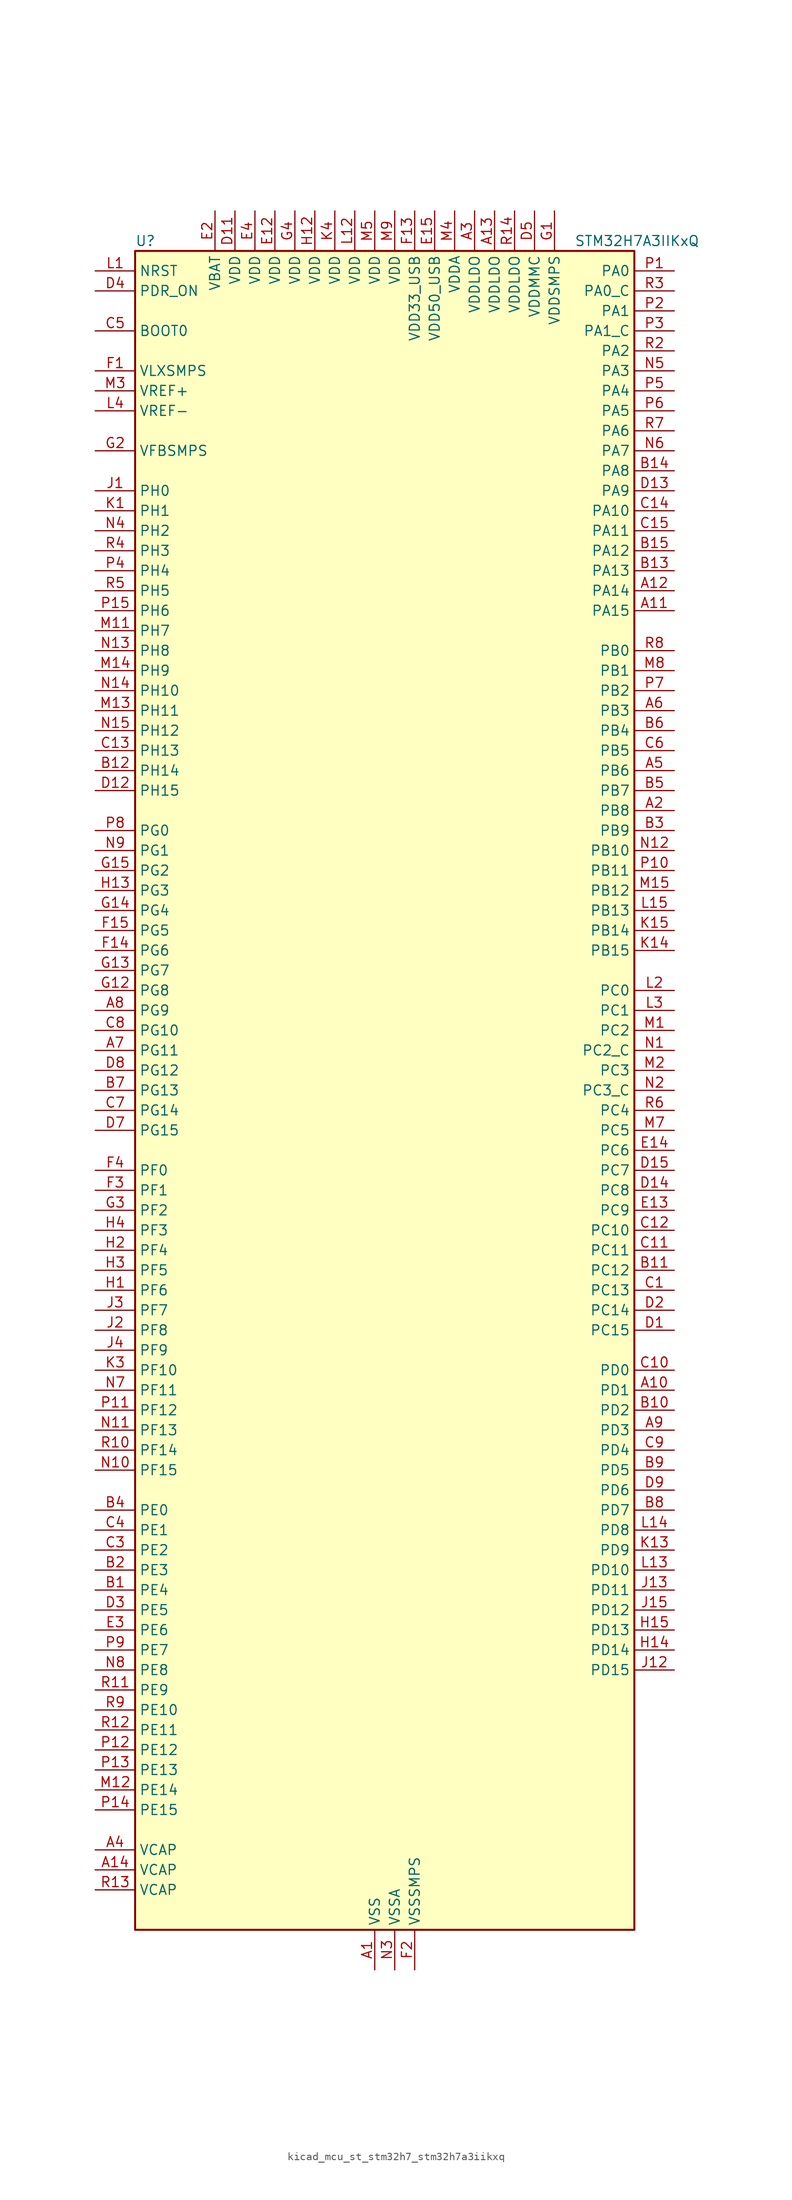
<source format=kicad_sym>
(kicad_symbol_lib
  (version 20220914)
  (generator kicad_symbol_editor)
  (symbol "kicad_mcu_st_stm32h7_stm32h7a3iikxq"
    (property "Reference" "U"
      (at -30.48 107.95 0)
      (effects (font (size 1.27 1.27)) (justify left)))
    (property "Value" "STM32H7A3IIKxQ"
      (at 25.4 107.95 0)
      (effects (font (size 1.27 1.27)) (justify left)))
    (property "ki_locked" ""
      (at 0 0 0)
      (effects (font (size 1.27 1.27))))
    (symbol "kicad_mcu_st_stm32h7_stm32h7a3iikxq_0_1"
      (rectangle (start -30.48 -106.68) (end 33.02 106.68) (stroke (width 0.254) (type default)) (fill (type background))))
    (symbol "kicad_mcu_st_stm32h7_stm32h7a3iikxq_1_1"
      (pin power_in line (at 0 -111.76 90) (length 5.08) (name "VSS" (effects (font (size 1.27 1.27)))) (number "A1" (effects (font (size 1.27 1.27)))))
      (pin bidirectional line (at 38.1 -38.1 180) (length 5.08) (name "PD1" (effects (font (size 1.27 1.27)))) (number "A10" (effects (font (size 1.27 1.27)))) (alternate "DFSDM1_DATIN6" bidirectional line) (alternate "FDCAN1_TX" bidirectional line) (alternate "FMC_D3" bidirectional line) (alternate "FMC_DA3" bidirectional line) (alternate "UART4_TX" bidirectional line))
      (pin bidirectional line (at 38.1 60.96 180) (length 5.08) (name "PA15" (effects (font (size 1.27 1.27)))) (number "A11" (effects (font (size 1.27 1.27)))) (alternate "ADC1_EXTI15" bidirectional line) (alternate "ADC2_EXTI15" bidirectional line) (alternate "CEC" bidirectional line) (alternate "DEBUG_JTDI" bidirectional line) (alternate "I2S1_WS" bidirectional line) (alternate "I2S3_WS" bidirectional line) (alternate "I2S6_WS" bidirectional line) (alternate "LTDC_B6" bidirectional line) (alternate "LTDC_R3" bidirectional line) (alternate "SPI1_NSS" bidirectional line) (alternate "SPI3_NSS" bidirectional line) (alternate "SPI6_NSS" bidirectional line) (alternate "TIM2_CH1" bidirectional line) (alternate "TIM2_ETR" bidirectional line) (alternate "UART4_DE" bidirectional line) (alternate "UART4_RTS" bidirectional line) (alternate "UART7_TX" bidirectional line))
      (pin bidirectional line (at 38.1 63.5 180) (length 5.08) (name "PA14" (effects (font (size 1.27 1.27)))) (number "A12" (effects (font (size 1.27 1.27)))) (alternate "DEBUG_JTCK-SWCLK" bidirectional line))
      (pin power_in line (at 15.24 111.76 270) (length 5.08) (name "VDDLDO" (effects (font (size 1.27 1.27)))) (number "A13" (effects (font (size 1.27 1.27)))))
      (pin power_out line (at -35.56 -99.06 0) (length 5.08) (name "VCAP" (effects (font (size 1.27 1.27)))) (number "A14" (effects (font (size 1.27 1.27)))))
      (pin passive line (at 0 -111.76 90) (length 5.08) hide (name "VSS" (effects (font (size 1.27 1.27)))) (number "A15" (effects (font (size 1.27 1.27)))))
      (pin bidirectional line (at 38.1 35.56 180) (length 5.08) (name "PB8" (effects (font (size 1.27 1.27)))) (number "A2" (effects (font (size 1.27 1.27)))) (alternate "DCMI_D6" bidirectional line) (alternate "DFSDM1_CKIN7" bidirectional line) (alternate "FDCAN1_RX" bidirectional line) (alternate "I2C1_SCL" bidirectional line) (alternate "I2C4_SCL" bidirectional line) (alternate "LTDC_B6" bidirectional line) (alternate "PSSI_D6" bidirectional line) (alternate "SDMMC1_CKIN" bidirectional line) (alternate "SDMMC1_D4" bidirectional line) (alternate "SDMMC2_D4" bidirectional line) (alternate "TIM16_CH1" bidirectional line) (alternate "TIM4_CH3" bidirectional line) (alternate "UART4_RX" bidirectional line))
      (pin power_in line (at 12.7 111.76 270) (length 5.08) (name "VDDLDO" (effects (font (size 1.27 1.27)))) (number "A3" (effects (font (size 1.27 1.27)))))
      (pin power_out line (at -35.56 -96.52 0) (length 5.08) (name "VCAP" (effects (font (size 1.27 1.27)))) (number "A4" (effects (font (size 1.27 1.27)))))
      (pin bidirectional line (at 38.1 40.64 180) (length 5.08) (name "PB6" (effects (font (size 1.27 1.27)))) (number "A5" (effects (font (size 1.27 1.27)))) (alternate "CEC" bidirectional line) (alternate "DCMI_D5" bidirectional line) (alternate "DFSDM1_DATIN5" bidirectional line) (alternate "FDCAN2_TX" bidirectional line) (alternate "FMC_SDNE1" bidirectional line) (alternate "I2C1_SCL" bidirectional line) (alternate "I2C4_SCL" bidirectional line) (alternate "LPUART1_TX" bidirectional line) (alternate "OCTOSPIM_P1_NCS" bidirectional line) (alternate "PSSI_D5" bidirectional line) (alternate "TIM16_CH1N" bidirectional line) (alternate "TIM4_CH1" bidirectional line) (alternate "UART5_TX" bidirectional line) (alternate "USART1_TX" bidirectional line))
      (pin bidirectional line (at 38.1 48.26 180) (length 5.08) (name "PB3" (effects (font (size 1.27 1.27)))) (number "A6" (effects (font (size 1.27 1.27)))) (alternate "CRS_SYNC" bidirectional line) (alternate "DEBUG_JTDO-SWO" bidirectional line) (alternate "I2S1_CK" bidirectional line) (alternate "I2S3_CK" bidirectional line) (alternate "I2S6_CK" bidirectional line) (alternate "SDMMC2_D2" bidirectional line) (alternate "SPI1_SCK" bidirectional line) (alternate "SPI3_SCK" bidirectional line) (alternate "SPI6_SCK" bidirectional line) (alternate "TIM2_CH2" bidirectional line) (alternate "UART7_RX" bidirectional line))
      (pin bidirectional line (at -35.56 5.08 0) (length 5.08) (name "PG11" (effects (font (size 1.27 1.27)))) (number "A7" (effects (font (size 1.27 1.27)))) (alternate "ADC1_EXTI11" bidirectional line) (alternate "ADC2_EXTI11" bidirectional line) (alternate "DCMI_D3" bidirectional line) (alternate "I2S1_CK" bidirectional line) (alternate "LPTIM1_IN2" bidirectional line) (alternate "LTDC_B3" bidirectional line) (alternate "OCTOSPIM_P2_IO7" bidirectional line) (alternate "PSSI_D3" bidirectional line) (alternate "SDMMC2_D2" bidirectional line) (alternate "SPDIFRX_IN0" bidirectional line) (alternate "SPI1_SCK" bidirectional line) (alternate "USART10_RX" bidirectional line))
      (pin bidirectional line (at -35.56 10.16 0) (length 5.08) (name "PG9" (effects (font (size 1.27 1.27)))) (number "A8" (effects (font (size 1.27 1.27)))) (alternate "DAC1_EXTI9" bidirectional line) (alternate "DCMI_VSYNC" bidirectional line) (alternate "FMC_NCE" bidirectional line) (alternate "FMC_NE2" bidirectional line) (alternate "I2S1_SDI" bidirectional line) (alternate "OCTOSPIM_P1_IO6" bidirectional line) (alternate "PSSI_RDY" bidirectional line) (alternate "SAI2_FS_B" bidirectional line) (alternate "SDMMC2_D0" bidirectional line) (alternate "SPDIFRX_IN3" bidirectional line) (alternate "SPI1_MISO" bidirectional line) (alternate "USART6_RX" bidirectional line))
      (pin bidirectional line (at 38.1 -43.18 180) (length 5.08) (name "PD3" (effects (font (size 1.27 1.27)))) (number "A9" (effects (font (size 1.27 1.27)))) (alternate "DCMI_D5" bidirectional line) (alternate "DFSDM1_CKOUT" bidirectional line) (alternate "FMC_CLK" bidirectional line) (alternate "I2S2_CK" bidirectional line) (alternate "LTDC_G7" bidirectional line) (alternate "PSSI_D5" bidirectional line) (alternate "SPI2_SCK" bidirectional line) (alternate "USART2_CTS" bidirectional line) (alternate "USART2_NSS" bidirectional line))
      (pin bidirectional line (at -35.56 -63.5 0) (length 5.08) (name "PE4" (effects (font (size 1.27 1.27)))) (number "B1" (effects (font (size 1.27 1.27)))) (alternate "DCMI_D4" bidirectional line) (alternate "DEBUG_TRACED1" bidirectional line) (alternate "DFSDM1_DATIN3" bidirectional line) (alternate "FMC_A20" bidirectional line) (alternate "LTDC_B0" bidirectional line) (alternate "PSSI_D4" bidirectional line) (alternate "SAI1_D2" bidirectional line) (alternate "SAI1_FS_A" bidirectional line) (alternate "SPI4_NSS" bidirectional line) (alternate "TIM15_CH1N" bidirectional line))
      (pin bidirectional line (at 38.1 -40.64 180) (length 5.08) (name "PD2" (effects (font (size 1.27 1.27)))) (number "B10" (effects (font (size 1.27 1.27)))) (alternate "DCMI_D11" bidirectional line) (alternate "DEBUG_TRACED2" bidirectional line) (alternate "LTDC_B2" bidirectional line) (alternate "LTDC_B7" bidirectional line) (alternate "PSSI_D11" bidirectional line) (alternate "SDMMC1_CMD" bidirectional line) (alternate "TIM15_BKIN" bidirectional line) (alternate "TIM3_ETR" bidirectional line) (alternate "UART5_RX" bidirectional line))
      (pin bidirectional line (at 38.1 -22.86 180) (length 5.08) (name "PC12" (effects (font (size 1.27 1.27)))) (number "B11" (effects (font (size 1.27 1.27)))) (alternate "DCMI_D9" bidirectional line) (alternate "DEBUG_TRACED3" bidirectional line) (alternate "DFSDM2_CKOUT" bidirectional line) (alternate "I2S3_SDO" bidirectional line) (alternate "I2S6_CK" bidirectional line) (alternate "LTDC_R6" bidirectional line) (alternate "PSSI_D9" bidirectional line) (alternate "SDMMC1_CK" bidirectional line) (alternate "SPI3_MOSI" bidirectional line) (alternate "SPI6_SCK" bidirectional line) (alternate "TIM15_CH1" bidirectional line) (alternate "UART5_TX" bidirectional line) (alternate "USART3_CK" bidirectional line))
      (pin bidirectional line (at -35.56 40.64 0) (length 5.08) (name "PH14" (effects (font (size 1.27 1.27)))) (number "B12" (effects (font (size 1.27 1.27)))) (alternate "DCMI_D4" bidirectional line) (alternate "FDCAN1_RX" bidirectional line) (alternate "FMC_D22" bidirectional line) (alternate "LTDC_G3" bidirectional line) (alternate "PSSI_D4" bidirectional line) (alternate "TIM8_CH2N" bidirectional line) (alternate "UART4_RX" bidirectional line))
      (pin bidirectional line (at 38.1 66.04 180) (length 5.08) (name "PA13" (effects (font (size 1.27 1.27)))) (number "B13" (effects (font (size 1.27 1.27)))) (alternate "DEBUG_JTMS-SWDIO" bidirectional line))
      (pin bidirectional line (at 38.1 78.74 180) (length 5.08) (name "PA8" (effects (font (size 1.27 1.27)))) (number "B14" (effects (font (size 1.27 1.27)))) (alternate "I2C3_SCL" bidirectional line) (alternate "LTDC_B3" bidirectional line) (alternate "LTDC_R6" bidirectional line) (alternate "RCC_MCO_1" bidirectional line) (alternate "TIM1_CH1" bidirectional line) (alternate "TIM8_BKIN2" bidirectional line) (alternate "TIM8_BKIN2_COMP1" bidirectional line) (alternate "TIM8_BKIN2_COMP2" bidirectional line) (alternate "UART7_RX" bidirectional line) (alternate "USART1_CK" bidirectional line) (alternate "USB_OTG_HS_SOF" bidirectional line))
      (pin bidirectional line (at 38.1 68.58 180) (length 5.08) (name "PA12" (effects (font (size 1.27 1.27)))) (number "B15" (effects (font (size 1.27 1.27)))) (alternate "FDCAN1_TX" bidirectional line) (alternate "I2S2_CK" bidirectional line) (alternate "LPUART1_DE" bidirectional line) (alternate "LPUART1_RTS" bidirectional line) (alternate "LTDC_R5" bidirectional line) (alternate "SAI2_FS_B" bidirectional line) (alternate "SPI2_SCK" bidirectional line) (alternate "TIM1_ETR" bidirectional line) (alternate "UART4_TX" bidirectional line) (alternate "USART1_DE" bidirectional line) (alternate "USART1_RTS" bidirectional line) (alternate "USB_OTG_HS_DP" bidirectional line))
      (pin bidirectional line (at -35.56 -60.96 0) (length 5.08) (name "PE3" (effects (font (size 1.27 1.27)))) (number "B2" (effects (font (size 1.27 1.27)))) (alternate "DEBUG_TRACED0" bidirectional line) (alternate "FMC_A19" bidirectional line) (alternate "SAI1_SD_B" bidirectional line) (alternate "TIM15_BKIN" bidirectional line) (alternate "USART10_TX" bidirectional line))
      (pin bidirectional line (at 38.1 33.02 180) (length 5.08) (name "PB9" (effects (font (size 1.27 1.27)))) (number "B3" (effects (font (size 1.27 1.27)))) (alternate "DAC1_EXTI9" bidirectional line) (alternate "DCMI_D7" bidirectional line) (alternate "DFSDM1_DATIN7" bidirectional line) (alternate "FDCAN1_TX" bidirectional line) (alternate "I2C1_SDA" bidirectional line) (alternate "I2C4_SDA" bidirectional line) (alternate "I2C4_SMBA" bidirectional line) (alternate "I2S2_WS" bidirectional line) (alternate "LTDC_B7" bidirectional line) (alternate "PSSI_D7" bidirectional line) (alternate "SDMMC1_CDIR" bidirectional line) (alternate "SDMMC1_D5" bidirectional line) (alternate "SDMMC2_D5" bidirectional line) (alternate "SPI2_NSS" bidirectional line) (alternate "TIM17_CH1" bidirectional line) (alternate "TIM4_CH4" bidirectional line) (alternate "UART4_TX" bidirectional line))
      (pin bidirectional line (at -35.56 -53.34 0) (length 5.08) (name "PE0" (effects (font (size 1.27 1.27)))) (number "B4" (effects (font (size 1.27 1.27)))) (alternate "DCMI_D2" bidirectional line) (alternate "FMC_NBL0" bidirectional line) (alternate "LPTIM1_ETR" bidirectional line) (alternate "LPTIM2_ETR" bidirectional line) (alternate "LTDC_R0" bidirectional line) (alternate "PSSI_D2" bidirectional line) (alternate "SAI2_MCLK_A" bidirectional line) (alternate "TIM4_ETR" bidirectional line) (alternate "UART8_RX" bidirectional line))
      (pin bidirectional line (at 38.1 38.1 180) (length 5.08) (name "PB7" (effects (font (size 1.27 1.27)))) (number "B5" (effects (font (size 1.27 1.27)))) (alternate "DCMI_VSYNC" bidirectional line) (alternate "DFSDM1_CKIN5" bidirectional line) (alternate "FMC_NL" bidirectional line) (alternate "I2C1_SDA" bidirectional line) (alternate "I2C4_SDA" bidirectional line) (alternate "LPUART1_RX" bidirectional line) (alternate "PSSI_RDY" bidirectional line) (alternate "PWR_PVD_IN" bidirectional line) (alternate "TIM17_CH1N" bidirectional line) (alternate "TIM4_CH2" bidirectional line) (alternate "USART1_RX" bidirectional line))
      (pin bidirectional line (at 38.1 45.72 180) (length 5.08) (name "PB4" (effects (font (size 1.27 1.27)))) (number "B6" (effects (font (size 1.27 1.27)))) (alternate "DEBUG_JTRST" bidirectional line) (alternate "I2S1_SDI" bidirectional line) (alternate "I2S2_WS" bidirectional line) (alternate "I2S3_SDI" bidirectional line) (alternate "I2S6_SDI" bidirectional line) (alternate "SDMMC2_D3" bidirectional line) (alternate "SPI1_MISO" bidirectional line) (alternate "SPI2_NSS" bidirectional line) (alternate "SPI3_MISO" bidirectional line) (alternate "SPI6_MISO" bidirectional line) (alternate "TIM16_BKIN" bidirectional line) (alternate "TIM3_CH1" bidirectional line) (alternate "UART7_TX" bidirectional line))
      (pin bidirectional line (at -35.56 0 0) (length 5.08) (name "PG13" (effects (font (size 1.27 1.27)))) (number "B7" (effects (font (size 1.27 1.27)))) (alternate "DEBUG_TRACED0" bidirectional line) (alternate "FMC_A24" bidirectional line) (alternate "I2S6_CK" bidirectional line) (alternate "LPTIM1_OUT" bidirectional line) (alternate "LTDC_R0" bidirectional line) (alternate "SDMMC2_D6" bidirectional line) (alternate "SPI6_SCK" bidirectional line) (alternate "USART10_CTS" bidirectional line) (alternate "USART10_NSS" bidirectional line) (alternate "USART6_CTS" bidirectional line) (alternate "USART6_NSS" bidirectional line))
      (pin bidirectional line (at 38.1 -53.34 180) (length 5.08) (name "PD7" (effects (font (size 1.27 1.27)))) (number "B8" (effects (font (size 1.27 1.27)))) (alternate "DFSDM1_CKIN1" bidirectional line) (alternate "DFSDM1_DATIN4" bidirectional line) (alternate "FMC_NE1" bidirectional line) (alternate "I2S1_SDO" bidirectional line) (alternate "OCTOSPIM_P1_IO7" bidirectional line) (alternate "SDMMC2_CMD" bidirectional line) (alternate "SPDIFRX_IN0" bidirectional line) (alternate "SPI1_MOSI" bidirectional line) (alternate "USART2_CK" bidirectional line))
      (pin bidirectional line (at 38.1 -48.26 180) (length 5.08) (name "PD5" (effects (font (size 1.27 1.27)))) (number "B9" (effects (font (size 1.27 1.27)))) (alternate "FMC_NWE" bidirectional line) (alternate "OCTOSPIM_P1_IO5" bidirectional line) (alternate "USART2_TX" bidirectional line))
      (pin bidirectional line (at 38.1 -25.4 180) (length 5.08) (name "PC13" (effects (font (size 1.27 1.27)))) (number "C1" (effects (font (size 1.27 1.27)))) (alternate "PWR_WKUP4" bidirectional line) (alternate "RTC_OUT_ALARM" bidirectional line) (alternate "RTC_OUT_CALIB" bidirectional line) (alternate "RTC_TAMP1" bidirectional line) (alternate "RTC_TS" bidirectional line))
      (pin bidirectional line (at 38.1 -35.56 180) (length 5.08) (name "PD0" (effects (font (size 1.27 1.27)))) (number "C10" (effects (font (size 1.27 1.27)))) (alternate "DFSDM1_CKIN6" bidirectional line) (alternate "FDCAN1_RX" bidirectional line) (alternate "FMC_D2" bidirectional line) (alternate "FMC_DA2" bidirectional line) (alternate "LTDC_B1" bidirectional line) (alternate "UART4_RX" bidirectional line) (alternate "UART9_CTS" bidirectional line))
      (pin bidirectional line (at 38.1 -20.32 180) (length 5.08) (name "PC11" (effects (font (size 1.27 1.27)))) (number "C11" (effects (font (size 1.27 1.27)))) (alternate "ADC1_EXTI11" bidirectional line) (alternate "ADC2_EXTI11" bidirectional line) (alternate "DCMI_D4" bidirectional line) (alternate "DFSDM1_DATIN5" bidirectional line) (alternate "DFSDM2_DATIN0" bidirectional line) (alternate "I2S3_SDI" bidirectional line) (alternate "LTDC_B4" bidirectional line) (alternate "OCTOSPIM_P1_NCS" bidirectional line) (alternate "PSSI_D4" bidirectional line) (alternate "SDMMC1_D3" bidirectional line) (alternate "SPI3_MISO" bidirectional line) (alternate "UART4_RX" bidirectional line) (alternate "USART3_RX" bidirectional line))
      (pin bidirectional line (at 38.1 -17.78 180) (length 5.08) (name "PC10" (effects (font (size 1.27 1.27)))) (number "C12" (effects (font (size 1.27 1.27)))) (alternate "DCMI_D8" bidirectional line) (alternate "DFSDM1_CKIN5" bidirectional line) (alternate "DFSDM2_CKIN0" bidirectional line) (alternate "I2S3_CK" bidirectional line) (alternate "LTDC_B1" bidirectional line) (alternate "LTDC_R2" bidirectional line) (alternate "OCTOSPIM_P1_IO1" bidirectional line) (alternate "PSSI_D8" bidirectional line) (alternate "SDMMC1_D2" bidirectional line) (alternate "SPI3_SCK" bidirectional line) (alternate "SWPMI1_RX" bidirectional line) (alternate "UART4_TX" bidirectional line) (alternate "USART3_TX" bidirectional line))
      (pin bidirectional line (at -35.56 43.18 0) (length 5.08) (name "PH13" (effects (font (size 1.27 1.27)))) (number "C13" (effects (font (size 1.27 1.27)))) (alternate "FDCAN1_TX" bidirectional line) (alternate "FMC_D21" bidirectional line) (alternate "LTDC_G2" bidirectional line) (alternate "TIM8_CH1N" bidirectional line) (alternate "UART4_TX" bidirectional line))
      (pin bidirectional line (at 38.1 73.66 180) (length 5.08) (name "PA10" (effects (font (size 1.27 1.27)))) (number "C14" (effects (font (size 1.27 1.27)))) (alternate "DCMI_D1" bidirectional line) (alternate "LPUART1_RX" bidirectional line) (alternate "LTDC_B1" bidirectional line) (alternate "LTDC_B4" bidirectional line) (alternate "MDIOS_MDIO" bidirectional line) (alternate "PSSI_D1" bidirectional line) (alternate "TIM1_CH3" bidirectional line) (alternate "USART1_RX" bidirectional line) (alternate "USB_OTG_HS_ID" bidirectional line))
      (pin bidirectional line (at 38.1 71.12 180) (length 5.08) (name "PA11" (effects (font (size 1.27 1.27)))) (number "C15" (effects (font (size 1.27 1.27)))) (alternate "ADC1_EXTI11" bidirectional line) (alternate "ADC2_EXTI11" bidirectional line) (alternate "FDCAN1_RX" bidirectional line) (alternate "I2S2_WS" bidirectional line) (alternate "LPUART1_CTS" bidirectional line) (alternate "LTDC_R4" bidirectional line) (alternate "SPI2_NSS" bidirectional line) (alternate "TIM1_CH4" bidirectional line) (alternate "UART4_RX" bidirectional line) (alternate "USART1_CTS" bidirectional line) (alternate "USART1_NSS" bidirectional line) (alternate "USB_OTG_HS_DM" bidirectional line))
      (pin passive line (at 0 -111.76 90) (length 5.08) hide (name "VSS" (effects (font (size 1.27 1.27)))) (number "C2" (effects (font (size 1.27 1.27)))))
      (pin bidirectional line (at -35.56 -58.42 0) (length 5.08) (name "PE2" (effects (font (size 1.27 1.27)))) (number "C3" (effects (font (size 1.27 1.27)))) (alternate "DEBUG_TRACECLK" bidirectional line) (alternate "FMC_A23" bidirectional line) (alternate "OCTOSPIM_P1_IO2" bidirectional line) (alternate "SAI1_CK1" bidirectional line) (alternate "SAI1_MCLK_A" bidirectional line) (alternate "SPI4_SCK" bidirectional line) (alternate "USART10_RX" bidirectional line))
      (pin bidirectional line (at -35.56 -55.88 0) (length 5.08) (name "PE1" (effects (font (size 1.27 1.27)))) (number "C4" (effects (font (size 1.27 1.27)))) (alternate "DCMI_D3" bidirectional line) (alternate "FMC_NBL1" bidirectional line) (alternate "LPTIM1_IN2" bidirectional line) (alternate "LTDC_R6" bidirectional line) (alternate "PSSI_D3" bidirectional line) (alternate "UART8_TX" bidirectional line))
      (pin input line (at -35.56 96.52 0) (length 5.08) (name "BOOT0" (effects (font (size 1.27 1.27)))) (number "C5" (effects (font (size 1.27 1.27)))))
      (pin bidirectional line (at 38.1 43.18 180) (length 5.08) (name "PB5" (effects (font (size 1.27 1.27)))) (number "C6" (effects (font (size 1.27 1.27)))) (alternate "DCMI_D10" bidirectional line) (alternate "FDCAN2_RX" bidirectional line) (alternate "FMC_SDCKE1" bidirectional line) (alternate "I2C1_SMBA" bidirectional line) (alternate "I2C4_SMBA" bidirectional line) (alternate "I2S1_SDO" bidirectional line) (alternate "I2S3_SDO" bidirectional line) (alternate "I2S6_SDO" bidirectional line) (alternate "LTDC_B5" bidirectional line) (alternate "PSSI_D10" bidirectional line) (alternate "SPI1_MOSI" bidirectional line) (alternate "SPI3_MOSI" bidirectional line) (alternate "SPI6_MOSI" bidirectional line) (alternate "TIM17_BKIN" bidirectional line) (alternate "TIM3_CH2" bidirectional line) (alternate "UART5_RX" bidirectional line) (alternate "USB_OTG_HS_ULPI_D7" bidirectional line))
      (pin bidirectional line (at -35.56 -2.54 0) (length 5.08) (name "PG14" (effects (font (size 1.27 1.27)))) (number "C7" (effects (font (size 1.27 1.27)))) (alternate "DEBUG_TRACED1" bidirectional line) (alternate "FMC_A25" bidirectional line) (alternate "I2S6_SDO" bidirectional line) (alternate "LPTIM1_ETR" bidirectional line) (alternate "LTDC_B0" bidirectional line) (alternate "OCTOSPIM_P1_IO7" bidirectional line) (alternate "SDMMC2_D7" bidirectional line) (alternate "SPI6_MOSI" bidirectional line) (alternate "USART10_DE" bidirectional line) (alternate "USART10_RTS" bidirectional line) (alternate "USART6_TX" bidirectional line))
      (pin bidirectional line (at -35.56 7.62 0) (length 5.08) (name "PG10" (effects (font (size 1.27 1.27)))) (number "C8" (effects (font (size 1.27 1.27)))) (alternate "DCMI_D2" bidirectional line) (alternate "FMC_NE3" bidirectional line) (alternate "I2S1_WS" bidirectional line) (alternate "LTDC_B2" bidirectional line) (alternate "LTDC_G3" bidirectional line) (alternate "OCTOSPIM_P2_IO6" bidirectional line) (alternate "PSSI_D2" bidirectional line) (alternate "SAI2_SD_B" bidirectional line) (alternate "SDMMC2_D1" bidirectional line) (alternate "SPI1_NSS" bidirectional line))
      (pin bidirectional line (at 38.1 -45.72 180) (length 5.08) (name "PD4" (effects (font (size 1.27 1.27)))) (number "C9" (effects (font (size 1.27 1.27)))) (alternate "FMC_NOE" bidirectional line) (alternate "OCTOSPIM_P1_IO4" bidirectional line) (alternate "USART2_DE" bidirectional line) (alternate "USART2_RTS" bidirectional line))
      (pin bidirectional line (at 38.1 -30.48 180) (length 5.08) (name "PC15" (effects (font (size 1.27 1.27)))) (number "D1" (effects (font (size 1.27 1.27)))) (alternate "ADC1_EXTI15" bidirectional line) (alternate "ADC2_EXTI15" bidirectional line) (alternate "RCC_OSC32_OUT" bidirectional line))
      (pin passive line (at 0 -111.76 90) (length 5.08) hide (name "VSS" (effects (font (size 1.27 1.27)))) (number "D10" (effects (font (size 1.27 1.27)))))
      (pin power_in line (at -17.78 111.76 270) (length 5.08) (name "VDD" (effects (font (size 1.27 1.27)))) (number "D11" (effects (font (size 1.27 1.27)))))
      (pin bidirectional line (at -35.56 38.1 0) (length 5.08) (name "PH15" (effects (font (size 1.27 1.27)))) (number "D12" (effects (font (size 1.27 1.27)))) (alternate "ADC1_EXTI15" bidirectional line) (alternate "ADC2_EXTI15" bidirectional line) (alternate "DCMI_D11" bidirectional line) (alternate "FMC_D23" bidirectional line) (alternate "LTDC_G4" bidirectional line) (alternate "PSSI_D11" bidirectional line) (alternate "TIM8_CH3N" bidirectional line))
      (pin bidirectional line (at 38.1 76.2 180) (length 5.08) (name "PA9" (effects (font (size 1.27 1.27)))) (number "D13" (effects (font (size 1.27 1.27)))) (alternate "DAC1_EXTI9" bidirectional line) (alternate "DCMI_D0" bidirectional line) (alternate "I2C3_SMBA" bidirectional line) (alternate "I2S2_CK" bidirectional line) (alternate "LPUART1_TX" bidirectional line) (alternate "LTDC_R5" bidirectional line) (alternate "PSSI_D0" bidirectional line) (alternate "SPI2_SCK" bidirectional line) (alternate "TIM1_CH2" bidirectional line) (alternate "USART1_TX" bidirectional line) (alternate "USB_OTG_HS_VBUS" bidirectional line))
      (pin bidirectional line (at 38.1 -12.7 180) (length 5.08) (name "PC8" (effects (font (size 1.27 1.27)))) (number "D14" (effects (font (size 1.27 1.27)))) (alternate "DCMI_D2" bidirectional line) (alternate "DEBUG_TRACED1" bidirectional line) (alternate "FMC_INT" bidirectional line) (alternate "FMC_NCE" bidirectional line) (alternate "FMC_NE2" bidirectional line) (alternate "PSSI_D2" bidirectional line) (alternate "SDMMC1_D0" bidirectional line) (alternate "SWPMI1_RX" bidirectional line) (alternate "TIM3_CH3" bidirectional line) (alternate "TIM8_CH3" bidirectional line) (alternate "UART5_DE" bidirectional line) (alternate "UART5_RTS" bidirectional line) (alternate "USART6_CK" bidirectional line))
      (pin bidirectional line (at 38.1 -10.16 180) (length 5.08) (name "PC7" (effects (font (size 1.27 1.27)))) (number "D15" (effects (font (size 1.27 1.27)))) (alternate "DCMI_D1" bidirectional line) (alternate "DEBUG_TRGIO" bidirectional line) (alternate "DFSDM1_DATIN3" bidirectional line) (alternate "FMC_NE1" bidirectional line) (alternate "I2S3_MCK" bidirectional line) (alternate "LTDC_G6" bidirectional line) (alternate "PSSI_D1" bidirectional line) (alternate "SDMMC1_D123DIR" bidirectional line) (alternate "SDMMC1_D7" bidirectional line) (alternate "SDMMC2_D7" bidirectional line) (alternate "SWPMI1_TX" bidirectional line) (alternate "TIM3_CH2" bidirectional line) (alternate "TIM8_CH2" bidirectional line) (alternate "USART6_RX" bidirectional line))
      (pin bidirectional line (at 38.1 -27.94 180) (length 5.08) (name "PC14" (effects (font (size 1.27 1.27)))) (number "D2" (effects (font (size 1.27 1.27)))) (alternate "RCC_OSC32_IN" bidirectional line))
      (pin bidirectional line (at -35.56 -66.04 0) (length 5.08) (name "PE5" (effects (font (size 1.27 1.27)))) (number "D3" (effects (font (size 1.27 1.27)))) (alternate "DCMI_D6" bidirectional line) (alternate "DEBUG_TRACED2" bidirectional line) (alternate "DFSDM1_CKIN3" bidirectional line) (alternate "FMC_A21" bidirectional line) (alternate "LTDC_G0" bidirectional line) (alternate "PSSI_D6" bidirectional line) (alternate "SAI1_CK2" bidirectional line) (alternate "SAI1_SCK_A" bidirectional line) (alternate "SPI4_MISO" bidirectional line) (alternate "TIM15_CH1" bidirectional line))
      (pin input line (at -35.56 101.6 0) (length 5.08) (name "PDR_ON" (effects (font (size 1.27 1.27)))) (number "D4" (effects (font (size 1.27 1.27)))))
      (pin power_in line (at 20.32 111.76 270) (length 5.08) (name "VDDMMC" (effects (font (size 1.27 1.27)))) (number "D5" (effects (font (size 1.27 1.27)))))
      (pin passive line (at 0 -111.76 90) (length 5.08) hide (name "VSS" (effects (font (size 1.27 1.27)))) (number "D6" (effects (font (size 1.27 1.27)))))
      (pin bidirectional line (at -35.56 -5.08 0) (length 5.08) (name "PG15" (effects (font (size 1.27 1.27)))) (number "D7" (effects (font (size 1.27 1.27)))) (alternate "ADC1_EXTI15" bidirectional line) (alternate "ADC2_EXTI15" bidirectional line) (alternate "DCMI_D13" bidirectional line) (alternate "FMC_SDNCAS" bidirectional line) (alternate "OCTOSPIM_P2_DQS" bidirectional line) (alternate "PSSI_D13" bidirectional line) (alternate "USART10_CK" bidirectional line) (alternate "USART6_CTS" bidirectional line) (alternate "USART6_NSS" bidirectional line))
      (pin bidirectional line (at -35.56 2.54 0) (length 5.08) (name "PG12" (effects (font (size 1.27 1.27)))) (number "D8" (effects (font (size 1.27 1.27)))) (alternate "FMC_NE4" bidirectional line) (alternate "I2S6_SDI" bidirectional line) (alternate "LPTIM1_IN1" bidirectional line) (alternate "LTDC_B1" bidirectional line) (alternate "LTDC_B4" bidirectional line) (alternate "OCTOSPIM_P2_NCS" bidirectional line) (alternate "SDMMC2_D3" bidirectional line) (alternate "SPDIFRX_IN1" bidirectional line) (alternate "SPI6_MISO" bidirectional line) (alternate "USART10_TX" bidirectional line) (alternate "USART6_DE" bidirectional line) (alternate "USART6_RTS" bidirectional line))
      (pin bidirectional line (at 38.1 -50.8 180) (length 5.08) (name "PD6" (effects (font (size 1.27 1.27)))) (number "D9" (effects (font (size 1.27 1.27)))) (alternate "DCMI_D10" bidirectional line) (alternate "DFSDM1_CKIN4" bidirectional line) (alternate "DFSDM1_DATIN1" bidirectional line) (alternate "FMC_NWAIT" bidirectional line) (alternate "I2S3_SDO" bidirectional line) (alternate "LTDC_B2" bidirectional line) (alternate "OCTOSPIM_P1_IO6" bidirectional line) (alternate "PSSI_D10" bidirectional line) (alternate "SAI1_D1" bidirectional line) (alternate "SAI1_SD_A" bidirectional line) (alternate "SDMMC2_CK" bidirectional line) (alternate "SPI3_MOSI" bidirectional line) (alternate "USART2_RX" bidirectional line))
      (pin passive line (at 0 -111.76 90) (length 5.08) hide (name "VSS" (effects (font (size 1.27 1.27)))) (number "E1" (effects (font (size 1.27 1.27)))))
      (pin power_in line (at -12.7 111.76 270) (length 5.08) (name "VDD" (effects (font (size 1.27 1.27)))) (number "E12" (effects (font (size 1.27 1.27)))))
      (pin bidirectional line (at 38.1 -15.24 180) (length 5.08) (name "PC9" (effects (font (size 1.27 1.27)))) (number "E13" (effects (font (size 1.27 1.27)))) (alternate "DAC1_EXTI9" bidirectional line) (alternate "DCMI_D3" bidirectional line) (alternate "I2C3_SDA" bidirectional line) (alternate "I2S_CKIN" bidirectional line) (alternate "LTDC_B2" bidirectional line) (alternate "LTDC_G3" bidirectional line) (alternate "OCTOSPIM_P1_IO0" bidirectional line) (alternate "PSSI_D3" bidirectional line) (alternate "RCC_MCO_2" bidirectional line) (alternate "SDMMC1_D1" bidirectional line) (alternate "SWPMI1_SUSPEND" bidirectional line) (alternate "TIM3_CH4" bidirectional line) (alternate "TIM8_CH4" bidirectional line) (alternate "UART5_CTS" bidirectional line))
      (pin bidirectional line (at 38.1 -7.62 180) (length 5.08) (name "PC6" (effects (font (size 1.27 1.27)))) (number "E14" (effects (font (size 1.27 1.27)))) (alternate "DCMI_D0" bidirectional line) (alternate "DFSDM1_CKIN3" bidirectional line) (alternate "FMC_NWAIT" bidirectional line) (alternate "I2S2_MCK" bidirectional line) (alternate "LTDC_HSYNC" bidirectional line) (alternate "PSSI_D0" bidirectional line) (alternate "SDMMC1_D0DIR" bidirectional line) (alternate "SDMMC1_D6" bidirectional line) (alternate "SDMMC2_D6" bidirectional line) (alternate "SWPMI1_IO" bidirectional line) (alternate "TIM3_CH1" bidirectional line) (alternate "TIM8_CH1" bidirectional line) (alternate "USART6_TX" bidirectional line))
      (pin power_in line (at 7.62 111.76 270) (length 5.08) (name "VDD50_USB" (effects (font (size 1.27 1.27)))) (number "E15" (effects (font (size 1.27 1.27)))))
      (pin power_in line (at -20.32 111.76 270) (length 5.08) (name "VBAT" (effects (font (size 1.27 1.27)))) (number "E2" (effects (font (size 1.27 1.27)))))
      (pin bidirectional line (at -35.56 -68.58 0) (length 5.08) (name "PE6" (effects (font (size 1.27 1.27)))) (number "E3" (effects (font (size 1.27 1.27)))) (alternate "DCMI_D7" bidirectional line) (alternate "DEBUG_TRACED3" bidirectional line) (alternate "FMC_A22" bidirectional line) (alternate "LTDC_G1" bidirectional line) (alternate "PSSI_D7" bidirectional line) (alternate "SAI1_D1" bidirectional line) (alternate "SAI1_SD_A" bidirectional line) (alternate "SAI2_MCLK_B" bidirectional line) (alternate "SPI4_MOSI" bidirectional line) (alternate "TIM15_CH2" bidirectional line) (alternate "TIM1_BKIN2" bidirectional line) (alternate "TIM1_BKIN2_COMP1" bidirectional line) (alternate "TIM1_BKIN2_COMP2" bidirectional line))
      (pin power_in line (at -15.24 111.76 270) (length 5.08) (name "VDD" (effects (font (size 1.27 1.27)))) (number "E4" (effects (font (size 1.27 1.27)))))
      (pin power_in line (at -35.56 91.44 0) (length 5.08) (name "VLXSMPS" (effects (font (size 1.27 1.27)))) (number "F1" (effects (font (size 1.27 1.27)))))
      (pin passive line (at 0 -111.76 90) (length 5.08) hide (name "VSS" (effects (font (size 1.27 1.27)))) (number "F10" (effects (font (size 1.27 1.27)))))
      (pin passive line (at 0 -111.76 90) (length 5.08) hide (name "VSS" (effects (font (size 1.27 1.27)))) (number "F12" (effects (font (size 1.27 1.27)))))
      (pin power_in line (at 5.08 111.76 270) (length 5.08) (name "VDD33_USB" (effects (font (size 1.27 1.27)))) (number "F13" (effects (font (size 1.27 1.27)))))
      (pin bidirectional line (at -35.56 17.78 0) (length 5.08) (name "PG6" (effects (font (size 1.27 1.27)))) (number "F14" (effects (font (size 1.27 1.27)))) (alternate "DCMI_D12" bidirectional line) (alternate "FMC_NE3" bidirectional line) (alternate "LTDC_R7" bidirectional line) (alternate "OCTOSPIM_P1_NCS" bidirectional line) (alternate "PSSI_D12" bidirectional line) (alternate "TIM17_BKIN" bidirectional line))
      (pin bidirectional line (at -35.56 20.32 0) (length 5.08) (name "PG5" (effects (font (size 1.27 1.27)))) (number "F15" (effects (font (size 1.27 1.27)))) (alternate "FMC_A15" bidirectional line) (alternate "FMC_BA1" bidirectional line) (alternate "TIM1_ETR" bidirectional line))
      (pin power_in line (at 5.08 -111.76 90) (length 5.08) (name "VSSSMPS" (effects (font (size 1.27 1.27)))) (number "F2" (effects (font (size 1.27 1.27)))))
      (pin bidirectional line (at -35.56 -12.7 0) (length 5.08) (name "PF1" (effects (font (size 1.27 1.27)))) (number "F3" (effects (font (size 1.27 1.27)))) (alternate "FMC_A1" bidirectional line) (alternate "I2C2_SCL" bidirectional line) (alternate "OCTOSPIM_P2_IO1" bidirectional line))
      (pin bidirectional line (at -35.56 -10.16 0) (length 5.08) (name "PF0" (effects (font (size 1.27 1.27)))) (number "F4" (effects (font (size 1.27 1.27)))) (alternate "FMC_A0" bidirectional line) (alternate "I2C2_SDA" bidirectional line) (alternate "OCTOSPIM_P2_IO0" bidirectional line))
      (pin passive line (at 0 -111.76 90) (length 5.08) hide (name "VSS" (effects (font (size 1.27 1.27)))) (number "F6" (effects (font (size 1.27 1.27)))))
      (pin passive line (at 0 -111.76 90) (length 5.08) hide (name "VSS" (effects (font (size 1.27 1.27)))) (number "F7" (effects (font (size 1.27 1.27)))))
      (pin passive line (at 0 -111.76 90) (length 5.08) hide (name "VSS" (effects (font (size 1.27 1.27)))) (number "F8" (effects (font (size 1.27 1.27)))))
      (pin passive line (at 0 -111.76 90) (length 5.08) hide (name "VSS" (effects (font (size 1.27 1.27)))) (number "F9" (effects (font (size 1.27 1.27)))))
      (pin power_in line (at 22.86 111.76 270) (length 5.08) (name "VDDSMPS" (effects (font (size 1.27 1.27)))) (number "G1" (effects (font (size 1.27 1.27)))))
      (pin passive line (at 0 -111.76 90) (length 5.08) hide (name "VSS" (effects (font (size 1.27 1.27)))) (number "G10" (effects (font (size 1.27 1.27)))))
      (pin bidirectional line (at -35.56 12.7 0) (length 5.08) (name "PG8" (effects (font (size 1.27 1.27)))) (number "G12" (effects (font (size 1.27 1.27)))) (alternate "FMC_SDCLK" bidirectional line) (alternate "I2S6_WS" bidirectional line) (alternate "LTDC_G7" bidirectional line) (alternate "SPDIFRX_IN2" bidirectional line) (alternate "SPI6_NSS" bidirectional line) (alternate "TIM8_ETR" bidirectional line) (alternate "USART6_DE" bidirectional line) (alternate "USART6_RTS" bidirectional line))
      (pin bidirectional line (at -35.56 15.24 0) (length 5.08) (name "PG7" (effects (font (size 1.27 1.27)))) (number "G13" (effects (font (size 1.27 1.27)))) (alternate "DCMI_D13" bidirectional line) (alternate "FMC_INT" bidirectional line) (alternate "LTDC_CLK" bidirectional line) (alternate "OCTOSPIM_P2_DQS" bidirectional line) (alternate "PSSI_D13" bidirectional line) (alternate "SAI1_MCLK_A" bidirectional line) (alternate "USART6_CK" bidirectional line))
      (pin bidirectional line (at -35.56 22.86 0) (length 5.08) (name "PG4" (effects (font (size 1.27 1.27)))) (number "G14" (effects (font (size 1.27 1.27)))) (alternate "FMC_A14" bidirectional line) (alternate "FMC_BA0" bidirectional line) (alternate "TIM1_BKIN2" bidirectional line) (alternate "TIM1_BKIN2_COMP1" bidirectional line) (alternate "TIM1_BKIN2_COMP2" bidirectional line))
      (pin bidirectional line (at -35.56 27.94 0) (length 5.08) (name "PG2" (effects (font (size 1.27 1.27)))) (number "G15" (effects (font (size 1.27 1.27)))) (alternate "FMC_A12" bidirectional line) (alternate "TIM8_BKIN" bidirectional line) (alternate "TIM8_BKIN_COMP1" bidirectional line) (alternate "TIM8_BKIN_COMP2" bidirectional line))
      (pin input line (at -35.56 81.28 0) (length 5.08) (name "VFBSMPS" (effects (font (size 1.27 1.27)))) (number "G2" (effects (font (size 1.27 1.27)))))
      (pin bidirectional line (at -35.56 -15.24 0) (length 5.08) (name "PF2" (effects (font (size 1.27 1.27)))) (number "G3" (effects (font (size 1.27 1.27)))) (alternate "FMC_A2" bidirectional line) (alternate "I2C2_SMBA" bidirectional line) (alternate "OCTOSPIM_P2_IO2" bidirectional line))
      (pin power_in line (at -10.16 111.76 270) (length 5.08) (name "VDD" (effects (font (size 1.27 1.27)))) (number "G4" (effects (font (size 1.27 1.27)))))
      (pin passive line (at 0 -111.76 90) (length 5.08) hide (name "VSS" (effects (font (size 1.27 1.27)))) (number "G6" (effects (font (size 1.27 1.27)))))
      (pin passive line (at 0 -111.76 90) (length 5.08) hide (name "VSS" (effects (font (size 1.27 1.27)))) (number "G7" (effects (font (size 1.27 1.27)))))
      (pin passive line (at 0 -111.76 90) (length 5.08) hide (name "VSS" (effects (font (size 1.27 1.27)))) (number "G8" (effects (font (size 1.27 1.27)))))
      (pin passive line (at 0 -111.76 90) (length 5.08) hide (name "VSS" (effects (font (size 1.27 1.27)))) (number "G9" (effects (font (size 1.27 1.27)))))
      (pin bidirectional line (at -35.56 -25.4 0) (length 5.08) (name "PF6" (effects (font (size 1.27 1.27)))) (number "H1" (effects (font (size 1.27 1.27)))) (alternate "OCTOSPIM_P1_IO3" bidirectional line) (alternate "SAI1_SD_B" bidirectional line) (alternate "SPI5_NSS" bidirectional line) (alternate "TIM16_CH1" bidirectional line) (alternate "UART7_RX" bidirectional line))
      (pin passive line (at 0 -111.76 90) (length 5.08) hide (name "VSS" (effects (font (size 1.27 1.27)))) (number "H10" (effects (font (size 1.27 1.27)))))
      (pin power_in line (at -7.62 111.76 270) (length 5.08) (name "VDD" (effects (font (size 1.27 1.27)))) (number "H12" (effects (font (size 1.27 1.27)))))
      (pin bidirectional line (at -35.56 25.4 0) (length 5.08) (name "PG3" (effects (font (size 1.27 1.27)))) (number "H13" (effects (font (size 1.27 1.27)))) (alternate "FMC_A13" bidirectional line) (alternate "TIM8_BKIN2" bidirectional line) (alternate "TIM8_BKIN2_COMP1" bidirectional line) (alternate "TIM8_BKIN2_COMP2" bidirectional line))
      (pin bidirectional line (at 38.1 -71.12 180) (length 5.08) (name "PD14" (effects (font (size 1.27 1.27)))) (number "H14" (effects (font (size 1.27 1.27)))) (alternate "FMC_D0" bidirectional line) (alternate "FMC_DA0" bidirectional line) (alternate "TIM4_CH3" bidirectional line) (alternate "UART8_CTS" bidirectional line) (alternate "UART9_RX" bidirectional line))
      (pin bidirectional line (at 38.1 -68.58 180) (length 5.08) (name "PD13" (effects (font (size 1.27 1.27)))) (number "H15" (effects (font (size 1.27 1.27)))) (alternate "DCMI_D13" bidirectional line) (alternate "FMC_A18" bidirectional line) (alternate "I2C4_SDA" bidirectional line) (alternate "LPTIM1_OUT" bidirectional line) (alternate "OCTOSPIM_P1_IO3" bidirectional line) (alternate "PSSI_D13" bidirectional line) (alternate "SAI2_SCK_A" bidirectional line) (alternate "TIM4_CH2" bidirectional line) (alternate "UART9_DE" bidirectional line) (alternate "UART9_RTS" bidirectional line))
      (pin bidirectional line (at -35.56 -20.32 0) (length 5.08) (name "PF4" (effects (font (size 1.27 1.27)))) (number "H2" (effects (font (size 1.27 1.27)))) (alternate "FMC_A4" bidirectional line) (alternate "OCTOSPIM_P2_CLK" bidirectional line))
      (pin bidirectional line (at -35.56 -22.86 0) (length 5.08) (name "PF5" (effects (font (size 1.27 1.27)))) (number "H3" (effects (font (size 1.27 1.27)))) (alternate "FMC_A5" bidirectional line) (alternate "OCTOSPIM_P2_NCLK" bidirectional line))
      (pin bidirectional line (at -35.56 -17.78 0) (length 5.08) (name "PF3" (effects (font (size 1.27 1.27)))) (number "H4" (effects (font (size 1.27 1.27)))) (alternate "FMC_A3" bidirectional line) (alternate "OCTOSPIM_P2_IO3" bidirectional line))
      (pin passive line (at 0 -111.76 90) (length 5.08) hide (name "VSS" (effects (font (size 1.27 1.27)))) (number "H6" (effects (font (size 1.27 1.27)))))
      (pin passive line (at 0 -111.76 90) (length 5.08) hide (name "VSS" (effects (font (size 1.27 1.27)))) (number "H7" (effects (font (size 1.27 1.27)))))
      (pin passive line (at 0 -111.76 90) (length 5.08) hide (name "VSS" (effects (font (size 1.27 1.27)))) (number "H8" (effects (font (size 1.27 1.27)))))
      (pin passive line (at 0 -111.76 90) (length 5.08) hide (name "VSS" (effects (font (size 1.27 1.27)))) (number "H9" (effects (font (size 1.27 1.27)))))
      (pin bidirectional line (at -35.56 76.2 0) (length 5.08) (name "PH0" (effects (font (size 1.27 1.27)))) (number "J1" (effects (font (size 1.27 1.27)))) (alternate "RCC_OSC_IN" bidirectional line))
      (pin passive line (at 0 -111.76 90) (length 5.08) hide (name "VSS" (effects (font (size 1.27 1.27)))) (number "J10" (effects (font (size 1.27 1.27)))))
      (pin bidirectional line (at 38.1 -73.66 180) (length 5.08) (name "PD15" (effects (font (size 1.27 1.27)))) (number "J12" (effects (font (size 1.27 1.27)))) (alternate "ADC1_EXTI15" bidirectional line) (alternate "ADC2_EXTI15" bidirectional line) (alternate "FMC_D1" bidirectional line) (alternate "FMC_DA1" bidirectional line) (alternate "TIM4_CH4" bidirectional line) (alternate "UART8_DE" bidirectional line) (alternate "UART8_RTS" bidirectional line) (alternate "UART9_TX" bidirectional line))
      (pin bidirectional line (at 38.1 -63.5 180) (length 5.08) (name "PD11" (effects (font (size 1.27 1.27)))) (number "J13" (effects (font (size 1.27 1.27)))) (alternate "ADC1_EXTI11" bidirectional line) (alternate "ADC2_EXTI11" bidirectional line) (alternate "FMC_A16" bidirectional line) (alternate "FMC_CLE" bidirectional line) (alternate "I2C4_SMBA" bidirectional line) (alternate "LPTIM2_IN2" bidirectional line) (alternate "OCTOSPIM_P1_IO0" bidirectional line) (alternate "SAI2_SD_A" bidirectional line) (alternate "USART3_CTS" bidirectional line) (alternate "USART3_NSS" bidirectional line))
      (pin passive line (at 0 -111.76 90) (length 5.08) hide (name "VSS" (effects (font (size 1.27 1.27)))) (number "J14" (effects (font (size 1.27 1.27)))))
      (pin bidirectional line (at 38.1 -66.04 180) (length 5.08) (name "PD12" (effects (font (size 1.27 1.27)))) (number "J15" (effects (font (size 1.27 1.27)))) (alternate "DCMI_D12" bidirectional line) (alternate "FMC_A17" bidirectional line) (alternate "FMC_ALE" bidirectional line) (alternate "I2C4_SCL" bidirectional line) (alternate "LPTIM1_IN1" bidirectional line) (alternate "LPTIM2_IN1" bidirectional line) (alternate "OCTOSPIM_P1_IO1" bidirectional line) (alternate "PSSI_D12" bidirectional line) (alternate "SAI2_FS_A" bidirectional line) (alternate "TIM4_CH1" bidirectional line) (alternate "USART3_DE" bidirectional line) (alternate "USART3_RTS" bidirectional line))
      (pin bidirectional line (at -35.56 -30.48 0) (length 5.08) (name "PF8" (effects (font (size 1.27 1.27)))) (number "J2" (effects (font (size 1.27 1.27)))) (alternate "OCTOSPIM_P1_IO0" bidirectional line) (alternate "SAI1_SCK_B" bidirectional line) (alternate "SPI5_MISO" bidirectional line) (alternate "TIM13_CH1" bidirectional line) (alternate "TIM16_CH1N" bidirectional line) (alternate "UART7_DE" bidirectional line) (alternate "UART7_RTS" bidirectional line))
      (pin bidirectional line (at -35.56 -27.94 0) (length 5.08) (name "PF7" (effects (font (size 1.27 1.27)))) (number "J3" (effects (font (size 1.27 1.27)))) (alternate "OCTOSPIM_P1_IO2" bidirectional line) (alternate "SAI1_MCLK_B" bidirectional line) (alternate "SPI5_SCK" bidirectional line) (alternate "TIM17_CH1" bidirectional line) (alternate "UART7_TX" bidirectional line))
      (pin bidirectional line (at -35.56 -33.02 0) (length 5.08) (name "PF9" (effects (font (size 1.27 1.27)))) (number "J4" (effects (font (size 1.27 1.27)))) (alternate "DAC1_EXTI9" bidirectional line) (alternate "OCTOSPIM_P1_IO1" bidirectional line) (alternate "SAI1_FS_B" bidirectional line) (alternate "SPI5_MOSI" bidirectional line) (alternate "TIM14_CH1" bidirectional line) (alternate "TIM17_CH1N" bidirectional line) (alternate "UART7_CTS" bidirectional line))
      (pin passive line (at 0 -111.76 90) (length 5.08) hide (name "VSS" (effects (font (size 1.27 1.27)))) (number "J6" (effects (font (size 1.27 1.27)))))
      (pin passive line (at 0 -111.76 90) (length 5.08) hide (name "VSS" (effects (font (size 1.27 1.27)))) (number "J7" (effects (font (size 1.27 1.27)))))
      (pin passive line (at 0 -111.76 90) (length 5.08) hide (name "VSS" (effects (font (size 1.27 1.27)))) (number "J8" (effects (font (size 1.27 1.27)))))
      (pin passive line (at 0 -111.76 90) (length 5.08) hide (name "VSS" (effects (font (size 1.27 1.27)))) (number "J9" (effects (font (size 1.27 1.27)))))
      (pin bidirectional line (at -35.56 73.66 0) (length 5.08) (name "PH1" (effects (font (size 1.27 1.27)))) (number "K1" (effects (font (size 1.27 1.27)))) (alternate "RCC_OSC_OUT" bidirectional line))
      (pin passive line (at 0 -111.76 90) (length 5.08) hide (name "VSS" (effects (font (size 1.27 1.27)))) (number "K10" (effects (font (size 1.27 1.27)))))
      (pin passive line (at 0 -111.76 90) (length 5.08) hide (name "VSS" (effects (font (size 1.27 1.27)))) (number "K12" (effects (font (size 1.27 1.27)))))
      (pin bidirectional line (at 38.1 -58.42 180) (length 5.08) (name "PD9" (effects (font (size 1.27 1.27)))) (number "K13" (effects (font (size 1.27 1.27)))) (alternate "DAC1_EXTI9" bidirectional line) (alternate "DFSDM1_DATIN3" bidirectional line) (alternate "FMC_D14" bidirectional line) (alternate "FMC_DA14" bidirectional line) (alternate "USART3_RX" bidirectional line))
      (pin bidirectional line (at 38.1 17.78 180) (length 5.08) (name "PB15" (effects (font (size 1.27 1.27)))) (number "K14" (effects (font (size 1.27 1.27)))) (alternate "ADC1_EXTI15" bidirectional line) (alternate "ADC2_EXTI15" bidirectional line) (alternate "DFSDM1_CKIN2" bidirectional line) (alternate "I2S2_SDO" bidirectional line) (alternate "LTDC_G7" bidirectional line) (alternate "RTC_REFIN" bidirectional line) (alternate "SDMMC2_D1" bidirectional line) (alternate "SPI2_MOSI" bidirectional line) (alternate "TIM12_CH2" bidirectional line) (alternate "TIM1_CH3N" bidirectional line) (alternate "TIM8_CH3N" bidirectional line) (alternate "UART4_CTS" bidirectional line) (alternate "USART1_RX" bidirectional line))
      (pin bidirectional line (at 38.1 20.32 180) (length 5.08) (name "PB14" (effects (font (size 1.27 1.27)))) (number "K15" (effects (font (size 1.27 1.27)))) (alternate "DFSDM1_DATIN2" bidirectional line) (alternate "I2S2_SDI" bidirectional line) (alternate "LTDC_CLK" bidirectional line) (alternate "SDMMC2_D0" bidirectional line) (alternate "SPI2_MISO" bidirectional line) (alternate "TIM12_CH1" bidirectional line) (alternate "TIM1_CH2N" bidirectional line) (alternate "TIM8_CH2N" bidirectional line) (alternate "UART4_DE" bidirectional line) (alternate "UART4_RTS" bidirectional line) (alternate "USART1_TX" bidirectional line) (alternate "USART3_DE" bidirectional line) (alternate "USART3_RTS" bidirectional line))
      (pin passive line (at 0 -111.76 90) (length 5.08) hide (name "VSS" (effects (font (size 1.27 1.27)))) (number "K2" (effects (font (size 1.27 1.27)))))
      (pin bidirectional line (at -35.56 -35.56 0) (length 5.08) (name "PF10" (effects (font (size 1.27 1.27)))) (number "K3" (effects (font (size 1.27 1.27)))) (alternate "DCMI_D11" bidirectional line) (alternate "LTDC_DE" bidirectional line) (alternate "OCTOSPIM_P1_CLK" bidirectional line) (alternate "PSSI_D11" bidirectional line) (alternate "PSSI_D15" bidirectional line) (alternate "SAI1_D3" bidirectional line) (alternate "TIM16_BKIN" bidirectional line))
      (pin power_in line (at -5.08 111.76 270) (length 5.08) (name "VDD" (effects (font (size 1.27 1.27)))) (number "K4" (effects (font (size 1.27 1.27)))))
      (pin passive line (at 0 -111.76 90) (length 5.08) hide (name "VSS" (effects (font (size 1.27 1.27)))) (number "K6" (effects (font (size 1.27 1.27)))))
      (pin passive line (at 0 -111.76 90) (length 5.08) hide (name "VSS" (effects (font (size 1.27 1.27)))) (number "K7" (effects (font (size 1.27 1.27)))))
      (pin passive line (at 0 -111.76 90) (length 5.08) hide (name "VSS" (effects (font (size 1.27 1.27)))) (number "K8" (effects (font (size 1.27 1.27)))))
      (pin passive line (at 0 -111.76 90) (length 5.08) hide (name "VSS" (effects (font (size 1.27 1.27)))) (number "K9" (effects (font (size 1.27 1.27)))))
      (pin input line (at -35.56 104.14 0) (length 5.08) (name "NRST" (effects (font (size 1.27 1.27)))) (number "L1" (effects (font (size 1.27 1.27)))))
      (pin power_in line (at -2.54 111.76 270) (length 5.08) (name "VDD" (effects (font (size 1.27 1.27)))) (number "L12" (effects (font (size 1.27 1.27)))))
      (pin bidirectional line (at 38.1 -60.96 180) (length 5.08) (name "PD10" (effects (font (size 1.27 1.27)))) (number "L13" (effects (font (size 1.27 1.27)))) (alternate "DFSDM1_CKOUT" bidirectional line) (alternate "DFSDM2_CKOUT" bidirectional line) (alternate "FMC_D15" bidirectional line) (alternate "FMC_DA15" bidirectional line) (alternate "LTDC_B3" bidirectional line) (alternate "USART3_CK" bidirectional line))
      (pin bidirectional line (at 38.1 -55.88 180) (length 5.08) (name "PD8" (effects (font (size 1.27 1.27)))) (number "L14" (effects (font (size 1.27 1.27)))) (alternate "DFSDM1_CKIN3" bidirectional line) (alternate "FMC_D13" bidirectional line) (alternate "FMC_DA13" bidirectional line) (alternate "SPDIFRX_IN1" bidirectional line) (alternate "USART3_TX" bidirectional line))
      (pin bidirectional line (at 38.1 22.86 180) (length 5.08) (name "PB13" (effects (font (size 1.27 1.27)))) (number "L15" (effects (font (size 1.27 1.27)))) (alternate "DCMI_D2" bidirectional line) (alternate "DFSDM1_CKIN1" bidirectional line) (alternate "DFSDM2_CKIN1" bidirectional line) (alternate "FDCAN2_TX" bidirectional line) (alternate "I2S2_CK" bidirectional line) (alternate "LPTIM2_OUT" bidirectional line) (alternate "PSSI_D2" bidirectional line) (alternate "SDMMC1_D0" bidirectional line) (alternate "SPI2_SCK" bidirectional line) (alternate "TIM1_CH1N" bidirectional line) (alternate "UART5_TX" bidirectional line) (alternate "USART3_CTS" bidirectional line) (alternate "USART3_NSS" bidirectional line) (alternate "USB_OTG_HS_ULPI_D6" bidirectional line))
      (pin bidirectional line (at 38.1 12.7 180) (length 5.08) (name "PC0" (effects (font (size 1.27 1.27)))) (number "L2" (effects (font (size 1.27 1.27)))) (alternate "ADC1_INP10" bidirectional line) (alternate "ADC2_INP10" bidirectional line) (alternate "DFSDM1_CKIN0" bidirectional line) (alternate "DFSDM1_DATIN4" bidirectional line) (alternate "FMC_A25" bidirectional line) (alternate "FMC_SDNWE" bidirectional line) (alternate "LTDC_G2" bidirectional line) (alternate "LTDC_R5" bidirectional line) (alternate "SAI2_FS_B" bidirectional line) (alternate "USB_OTG_HS_ULPI_STP" bidirectional line))
      (pin bidirectional line (at 38.1 10.16 180) (length 5.08) (name "PC1" (effects (font (size 1.27 1.27)))) (number "L3" (effects (font (size 1.27 1.27)))) (alternate "ADC1_INN10" bidirectional line) (alternate "ADC1_INP11" bidirectional line) (alternate "ADC2_INN10" bidirectional line) (alternate "ADC2_INP11" bidirectional line) (alternate "DEBUG_TRACED0" bidirectional line) (alternate "DFSDM1_CKIN4" bidirectional line) (alternate "DFSDM1_DATIN0" bidirectional line) (alternate "I2S2_SDO" bidirectional line) (alternate "LTDC_G5" bidirectional line) (alternate "MDIOS_MDC" bidirectional line) (alternate "OCTOSPIM_P1_IO4" bidirectional line) (alternate "PWR_WKUP6" bidirectional line) (alternate "RTC_TAMP3" bidirectional line) (alternate "SAI1_D1" bidirectional line) (alternate "SAI1_SD_A" bidirectional line) (alternate "SDMMC2_CK" bidirectional line) (alternate "SPI2_MOSI" bidirectional line))
      (pin input line (at -35.56 86.36 0) (length 5.08) (name "VREF-" (effects (font (size 1.27 1.27)))) (number "L4" (effects (font (size 1.27 1.27)))))
      (pin bidirectional line (at 38.1 7.62 180) (length 5.08) (name "PC2" (effects (font (size 1.27 1.27)))) (number "M1" (effects (font (size 1.27 1.27)))) (alternate "ADC1_INN11" bidirectional line) (alternate "ADC1_INP12" bidirectional line) (alternate "ADC2_INN11" bidirectional line) (alternate "ADC2_INP12" bidirectional line) (alternate "DFSDM1_CKIN1" bidirectional line) (alternate "DFSDM1_CKOUT" bidirectional line) (alternate "FMC_SDNE0" bidirectional line) (alternate "I2S2_SDI" bidirectional line) (alternate "OCTOSPIM_P1_IO2" bidirectional line) (alternate "OCTOSPIM_P1_IO5" bidirectional line) (alternate "PWR_CSTOP" bidirectional line) (alternate "SPI2_MISO" bidirectional line) (alternate "USB_OTG_HS_ULPI_DIR" bidirectional line))
      (pin passive line (at 0 -111.76 90) (length 5.08) hide (name "VSS" (effects (font (size 1.27 1.27)))) (number "M10" (effects (font (size 1.27 1.27)))))
      (pin bidirectional line (at -35.56 58.42 0) (length 5.08) (name "PH7" (effects (font (size 1.27 1.27)))) (number "M11" (effects (font (size 1.27 1.27)))) (alternate "DCMI_D9" bidirectional line) (alternate "FMC_SDCKE1" bidirectional line) (alternate "I2C3_SCL" bidirectional line) (alternate "PSSI_D9" bidirectional line) (alternate "SPI5_MISO" bidirectional line))
      (pin bidirectional line (at -35.56 -88.9 0) (length 5.08) (name "PE14" (effects (font (size 1.27 1.27)))) (number "M12" (effects (font (size 1.27 1.27)))) (alternate "FMC_D11" bidirectional line) (alternate "FMC_DA11" bidirectional line) (alternate "LTDC_CLK" bidirectional line) (alternate "SAI2_MCLK_B" bidirectional line) (alternate "SPI4_MOSI" bidirectional line) (alternate "TIM1_CH4" bidirectional line))
      (pin bidirectional line (at -35.56 48.26 0) (length 5.08) (name "PH11" (effects (font (size 1.27 1.27)))) (number "M13" (effects (font (size 1.27 1.27)))) (alternate "ADC1_EXTI11" bidirectional line) (alternate "ADC2_EXTI11" bidirectional line) (alternate "DCMI_D2" bidirectional line) (alternate "FMC_D19" bidirectional line) (alternate "I2C4_SCL" bidirectional line) (alternate "LTDC_R5" bidirectional line) (alternate "PSSI_D2" bidirectional line) (alternate "TIM5_CH2" bidirectional line))
      (pin bidirectional line (at -35.56 53.34 0) (length 5.08) (name "PH9" (effects (font (size 1.27 1.27)))) (number "M14" (effects (font (size 1.27 1.27)))) (alternate "DAC1_EXTI9" bidirectional line) (alternate "DCMI_D0" bidirectional line) (alternate "FMC_D17" bidirectional line) (alternate "I2C3_SMBA" bidirectional line) (alternate "LTDC_R3" bidirectional line) (alternate "PSSI_D0" bidirectional line) (alternate "TIM12_CH2" bidirectional line))
      (pin bidirectional line (at 38.1 25.4 180) (length 5.08) (name "PB12" (effects (font (size 1.27 1.27)))) (number "M15" (effects (font (size 1.27 1.27)))) (alternate "DFSDM1_DATIN1" bidirectional line) (alternate "DFSDM2_DATIN1" bidirectional line) (alternate "FDCAN2_RX" bidirectional line) (alternate "I2C2_SMBA" bidirectional line) (alternate "I2S2_WS" bidirectional line) (alternate "OCTOSPIM_P1_NCLK" bidirectional line) (alternate "SPI2_NSS" bidirectional line) (alternate "TIM1_BKIN" bidirectional line) (alternate "TIM1_BKIN_COMP1" bidirectional line) (alternate "TIM1_BKIN_COMP2" bidirectional line) (alternate "UART5_RX" bidirectional line) (alternate "USART3_CK" bidirectional line) (alternate "USB_OTG_HS_ULPI_D5" bidirectional line))
      (pin bidirectional line (at 38.1 2.54 180) (length 5.08) (name "PC3" (effects (font (size 1.27 1.27)))) (number "M2" (effects (font (size 1.27 1.27)))) (alternate "ADC1_INN12" bidirectional line) (alternate "ADC1_INP13" bidirectional line) (alternate "ADC2_INN12" bidirectional line) (alternate "ADC2_INP13" bidirectional line) (alternate "DFSDM1_DATIN1" bidirectional line) (alternate "FMC_SDCKE0" bidirectional line) (alternate "I2S2_SDO" bidirectional line) (alternate "OCTOSPIM_P1_IO0" bidirectional line) (alternate "OCTOSPIM_P1_IO6" bidirectional line) (alternate "PWR_CSLEEP" bidirectional line) (alternate "SPI2_MOSI" bidirectional line) (alternate "USB_OTG_HS_ULPI_NXT" bidirectional line))
      (pin input line (at -35.56 88.9 0) (length 5.08) (name "VREF+" (effects (font (size 1.27 1.27)))) (number "M3" (effects (font (size 1.27 1.27)))) (alternate "VREFBUF_OUT" bidirectional line))
      (pin power_in line (at 10.16 111.76 270) (length 5.08) (name "VDDA" (effects (font (size 1.27 1.27)))) (number "M4" (effects (font (size 1.27 1.27)))))
      (pin power_in line (at 0 111.76 270) (length 5.08) (name "VDD" (effects (font (size 1.27 1.27)))) (number "M5" (effects (font (size 1.27 1.27)))))
      (pin passive line (at 0 -111.76 90) (length 5.08) hide (name "VSS" (effects (font (size 1.27 1.27)))) (number "M6" (effects (font (size 1.27 1.27)))))
      (pin bidirectional line (at 38.1 -5.08 180) (length 5.08) (name "PC5" (effects (font (size 1.27 1.27)))) (number "M7" (effects (font (size 1.27 1.27)))) (alternate "ADC1_INN4" bidirectional line) (alternate "ADC1_INP8" bidirectional line) (alternate "ADC2_INN4" bidirectional line) (alternate "ADC2_INP8" bidirectional line) (alternate "COMP1_OUT" bidirectional line) (alternate "DFSDM1_DATIN2" bidirectional line) (alternate "FMC_SDCKE0" bidirectional line) (alternate "LTDC_DE" bidirectional line) (alternate "OCTOSPIM_P1_DQS" bidirectional line) (alternate "OPAMP1_VINM" bidirectional line) (alternate "PSSI_D15" bidirectional line) (alternate "SAI1_D3" bidirectional line) (alternate "SPDIFRX_IN3" bidirectional line))
      (pin bidirectional line (at 38.1 53.34 180) (length 5.08) (name "PB1" (effects (font (size 1.27 1.27)))) (number "M8" (effects (font (size 1.27 1.27)))) (alternate "ADC1_INP5" bidirectional line) (alternate "ADC2_INP5" bidirectional line) (alternate "COMP1_INM" bidirectional line) (alternate "DFSDM1_DATIN1" bidirectional line) (alternate "LTDC_G0" bidirectional line) (alternate "LTDC_R6" bidirectional line) (alternate "OCTOSPIM_P1_IO0" bidirectional line) (alternate "TIM1_CH3N" bidirectional line) (alternate "TIM3_CH4" bidirectional line) (alternate "TIM8_CH3N" bidirectional line) (alternate "USB_OTG_HS_ULPI_D2" bidirectional line))
      (pin power_in line (at 2.54 111.76 270) (length 5.08) (name "VDD" (effects (font (size 1.27 1.27)))) (number "M9" (effects (font (size 1.27 1.27)))))
      (pin bidirectional line (at 38.1 5.08 180) (length 5.08) (name "PC2_C" (effects (font (size 1.27 1.27)))) (number "N1" (effects (font (size 1.27 1.27)))) (alternate "ADC2_INN1" bidirectional line) (alternate "ADC2_INP0" bidirectional line) (alternate "DFSDM1_CKIN1" bidirectional line) (alternate "DFSDM1_CKOUT" bidirectional line) (alternate "FMC_SDNE0" bidirectional line) (alternate "I2S2_SDI" bidirectional line) (alternate "OCTOSPIM_P1_IO2" bidirectional line) (alternate "OCTOSPIM_P1_IO5" bidirectional line) (alternate "PWR_CSTOP" bidirectional line) (alternate "SPI2_MISO" bidirectional line) (alternate "USB_OTG_HS_ULPI_DIR" bidirectional line))
      (pin bidirectional line (at -35.56 -48.26 0) (length 5.08) (name "PF15" (effects (font (size 1.27 1.27)))) (number "N10" (effects (font (size 1.27 1.27)))) (alternate "ADC1_EXTI15" bidirectional line) (alternate "ADC2_EXTI15" bidirectional line) (alternate "FMC_A9" bidirectional line) (alternate "I2C4_SDA" bidirectional line))
      (pin bidirectional line (at -35.56 -43.18 0) (length 5.08) (name "PF13" (effects (font (size 1.27 1.27)))) (number "N11" (effects (font (size 1.27 1.27)))) (alternate "ADC2_INP2" bidirectional line) (alternate "DFSDM1_DATIN6" bidirectional line) (alternate "FMC_A7" bidirectional line) (alternate "I2C4_SMBA" bidirectional line))
      (pin bidirectional line (at 38.1 30.48 180) (length 5.08) (name "PB10" (effects (font (size 1.27 1.27)))) (number "N12" (effects (font (size 1.27 1.27)))) (alternate "DFSDM1_DATIN7" bidirectional line) (alternate "I2C2_SCL" bidirectional line) (alternate "I2S2_CK" bidirectional line) (alternate "LPTIM2_IN1" bidirectional line) (alternate "LTDC_G4" bidirectional line) (alternate "OCTOSPIM_P1_NCS" bidirectional line) (alternate "SPI2_SCK" bidirectional line) (alternate "TIM2_CH3" bidirectional line) (alternate "USART3_TX" bidirectional line) (alternate "USB_OTG_HS_ULPI_D3" bidirectional line))
      (pin bidirectional line (at -35.56 55.88 0) (length 5.08) (name "PH8" (effects (font (size 1.27 1.27)))) (number "N13" (effects (font (size 1.27 1.27)))) (alternate "DCMI_HSYNC" bidirectional line) (alternate "FMC_D16" bidirectional line) (alternate "I2C3_SDA" bidirectional line) (alternate "LTDC_R2" bidirectional line) (alternate "PSSI_DE" bidirectional line) (alternate "TIM5_ETR" bidirectional line))
      (pin bidirectional line (at -35.56 50.8 0) (length 5.08) (name "PH10" (effects (font (size 1.27 1.27)))) (number "N14" (effects (font (size 1.27 1.27)))) (alternate "DCMI_D1" bidirectional line) (alternate "FMC_D18" bidirectional line) (alternate "I2C4_SMBA" bidirectional line) (alternate "LTDC_R4" bidirectional line) (alternate "PSSI_D1" bidirectional line) (alternate "TIM5_CH1" bidirectional line))
      (pin bidirectional line (at -35.56 45.72 0) (length 5.08) (name "PH12" (effects (font (size 1.27 1.27)))) (number "N15" (effects (font (size 1.27 1.27)))) (alternate "DCMI_D3" bidirectional line) (alternate "FMC_D20" bidirectional line) (alternate "I2C4_SDA" bidirectional line) (alternate "LTDC_R6" bidirectional line) (alternate "PSSI_D3" bidirectional line) (alternate "TIM5_CH3" bidirectional line))
      (pin bidirectional line (at 38.1 0 180) (length 5.08) (name "PC3_C" (effects (font (size 1.27 1.27)))) (number "N2" (effects (font (size 1.27 1.27)))) (alternate "ADC2_INP1" bidirectional line) (alternate "DFSDM1_DATIN1" bidirectional line) (alternate "FMC_SDCKE0" bidirectional line) (alternate "I2S2_SDO" bidirectional line) (alternate "OCTOSPIM_P1_IO0" bidirectional line) (alternate "OCTOSPIM_P1_IO6" bidirectional line) (alternate "PWR_CSLEEP" bidirectional line) (alternate "SPI2_MOSI" bidirectional line) (alternate "USB_OTG_HS_ULPI_NXT" bidirectional line))
      (pin power_in line (at 2.54 -111.76 90) (length 5.08) (name "VSSA" (effects (font (size 1.27 1.27)))) (number "N3" (effects (font (size 1.27 1.27)))))
      (pin bidirectional line (at -35.56 71.12 0) (length 5.08) (name "PH2" (effects (font (size 1.27 1.27)))) (number "N4" (effects (font (size 1.27 1.27)))) (alternate "FMC_SDCKE0" bidirectional line) (alternate "LPTIM1_IN2" bidirectional line) (alternate "LTDC_R0" bidirectional line) (alternate "OCTOSPIM_P1_IO4" bidirectional line) (alternate "SAI2_SCK_B" bidirectional line))
      (pin bidirectional line (at 38.1 91.44 180) (length 5.08) (name "PA3" (effects (font (size 1.27 1.27)))) (number "N5" (effects (font (size 1.27 1.27)))) (alternate "ADC1_INP15" bidirectional line) (alternate "I2S6_MCK" bidirectional line) (alternate "LTDC_B2" bidirectional line) (alternate "LTDC_B5" bidirectional line) (alternate "OCTOSPIM_P1_CLK" bidirectional line) (alternate "TIM15_CH2" bidirectional line) (alternate "TIM2_CH4" bidirectional line) (alternate "TIM5_CH4" bidirectional line) (alternate "USART2_RX" bidirectional line) (alternate "USB_OTG_HS_ULPI_D0" bidirectional line))
      (pin bidirectional line (at 38.1 81.28 180) (length 5.08) (name "PA7" (effects (font (size 1.27 1.27)))) (number "N6" (effects (font (size 1.27 1.27)))) (alternate "ADC1_INN3" bidirectional line) (alternate "ADC1_INP7" bidirectional line) (alternate "ADC2_INN3" bidirectional line) (alternate "ADC2_INP7" bidirectional line) (alternate "DFSDM2_DATIN1" bidirectional line) (alternate "FMC_SDNWE" bidirectional line) (alternate "I2S1_SDO" bidirectional line) (alternate "I2S6_SDO" bidirectional line) (alternate "LTDC_VSYNC" bidirectional line) (alternate "OCTOSPIM_P1_IO2" bidirectional line) (alternate "OPAMP1_VINM" bidirectional line) (alternate "SPI1_MOSI" bidirectional line) (alternate "SPI6_MOSI" bidirectional line) (alternate "TIM14_CH1" bidirectional line) (alternate "TIM1_CH1N" bidirectional line) (alternate "TIM3_CH2" bidirectional line) (alternate "TIM8_CH1N" bidirectional line))
      (pin bidirectional line (at -35.56 -38.1 0) (length 5.08) (name "PF11" (effects (font (size 1.27 1.27)))) (number "N7" (effects (font (size 1.27 1.27)))) (alternate "ADC1_EXTI11" bidirectional line) (alternate "ADC1_INP2" bidirectional line) (alternate "ADC2_EXTI11" bidirectional line) (alternate "DCMI_D12" bidirectional line) (alternate "FMC_SDNRAS" bidirectional line) (alternate "OCTOSPIM_P1_NCLK" bidirectional line) (alternate "PSSI_D12" bidirectional line) (alternate "SAI2_SD_B" bidirectional line) (alternate "SPI5_MOSI" bidirectional line))
      (pin bidirectional line (at -35.56 -73.66 0) (length 5.08) (name "PE8" (effects (font (size 1.27 1.27)))) (number "N8" (effects (font (size 1.27 1.27)))) (alternate "COMP2_OUT" bidirectional line) (alternate "DFSDM1_CKIN2" bidirectional line) (alternate "FMC_D5" bidirectional line) (alternate "FMC_DA5" bidirectional line) (alternate "OCTOSPIM_P1_IO5" bidirectional line) (alternate "OPAMP2_VINM" bidirectional line) (alternate "TIM1_CH1N" bidirectional line) (alternate "UART7_TX" bidirectional line))
      (pin bidirectional line (at -35.56 30.48 0) (length 5.08) (name "PG1" (effects (font (size 1.27 1.27)))) (number "N9" (effects (font (size 1.27 1.27)))) (alternate "FMC_A11" bidirectional line) (alternate "OCTOSPIM_P2_IO5" bidirectional line) (alternate "OPAMP2_VINM" bidirectional line) (alternate "UART9_TX" bidirectional line))
      (pin bidirectional line (at 38.1 104.14 180) (length 5.08) (name "PA0" (effects (font (size 1.27 1.27)))) (number "P1" (effects (font (size 1.27 1.27)))) (alternate "ADC1_INP16" bidirectional line) (alternate "I2S6_WS" bidirectional line) (alternate "PWR_WKUP1" bidirectional line) (alternate "SAI2_SD_B" bidirectional line) (alternate "SDMMC2_CMD" bidirectional line) (alternate "SPI6_NSS" bidirectional line) (alternate "TIM15_BKIN" bidirectional line) (alternate "TIM2_CH1" bidirectional line) (alternate "TIM2_ETR" bidirectional line) (alternate "TIM5_CH1" bidirectional line) (alternate "TIM8_ETR" bidirectional line) (alternate "UART4_TX" bidirectional line) (alternate "USART2_CTS" bidirectional line) (alternate "USART2_NSS" bidirectional line))
      (pin bidirectional line (at 38.1 27.94 180) (length 5.08) (name "PB11" (effects (font (size 1.27 1.27)))) (number "P10" (effects (font (size 1.27 1.27)))) (alternate "ADC1_EXTI11" bidirectional line) (alternate "ADC2_EXTI11" bidirectional line) (alternate "DFSDM1_CKIN7" bidirectional line) (alternate "I2C2_SDA" bidirectional line) (alternate "LPTIM2_ETR" bidirectional line) (alternate "LTDC_G5" bidirectional line) (alternate "TIM2_CH4" bidirectional line) (alternate "USART3_RX" bidirectional line) (alternate "USB_OTG_HS_ULPI_D4" bidirectional line))
      (pin bidirectional line (at -35.56 -40.64 0) (length 5.08) (name "PF12" (effects (font (size 1.27 1.27)))) (number "P11" (effects (font (size 1.27 1.27)))) (alternate "ADC1_INN2" bidirectional line) (alternate "ADC1_INP6" bidirectional line) (alternate "FMC_A6" bidirectional line) (alternate "OCTOSPIM_P2_DQS" bidirectional line))
      (pin bidirectional line (at -35.56 -83.82 0) (length 5.08) (name "PE12" (effects (font (size 1.27 1.27)))) (number "P12" (effects (font (size 1.27 1.27)))) (alternate "COMP1_OUT" bidirectional line) (alternate "DFSDM1_DATIN5" bidirectional line) (alternate "FMC_D9" bidirectional line) (alternate "FMC_DA9" bidirectional line) (alternate "LTDC_B4" bidirectional line) (alternate "SAI2_SCK_B" bidirectional line) (alternate "SPI4_SCK" bidirectional line) (alternate "TIM1_CH3N" bidirectional line))
      (pin bidirectional line (at -35.56 -86.36 0) (length 5.08) (name "PE13" (effects (font (size 1.27 1.27)))) (number "P13" (effects (font (size 1.27 1.27)))) (alternate "COMP2_OUT" bidirectional line) (alternate "DFSDM1_CKIN5" bidirectional line) (alternate "FMC_D10" bidirectional line) (alternate "FMC_DA10" bidirectional line) (alternate "LTDC_DE" bidirectional line) (alternate "SAI2_FS_B" bidirectional line) (alternate "SPI4_MISO" bidirectional line) (alternate "TIM1_CH3" bidirectional line))
      (pin bidirectional line (at -35.56 -91.44 0) (length 5.08) (name "PE15" (effects (font (size 1.27 1.27)))) (number "P14" (effects (font (size 1.27 1.27)))) (alternate "ADC1_EXTI15" bidirectional line) (alternate "ADC2_EXTI15" bidirectional line) (alternate "FMC_D12" bidirectional line) (alternate "FMC_DA12" bidirectional line) (alternate "LTDC_R7" bidirectional line) (alternate "TIM1_BKIN" bidirectional line) (alternate "TIM1_BKIN_COMP1" bidirectional line) (alternate "TIM1_BKIN_COMP2" bidirectional line) (alternate "USART10_CK" bidirectional line))
      (pin bidirectional line (at -35.56 60.96 0) (length 5.08) (name "PH6" (effects (font (size 1.27 1.27)))) (number "P15" (effects (font (size 1.27 1.27)))) (alternate "DCMI_D8" bidirectional line) (alternate "FMC_SDNE1" bidirectional line) (alternate "I2C2_SMBA" bidirectional line) (alternate "PSSI_D8" bidirectional line) (alternate "SPI5_SCK" bidirectional line) (alternate "TIM12_CH1" bidirectional line))
      (pin bidirectional line (at 38.1 99.06 180) (length 5.08) (name "PA1" (effects (font (size 1.27 1.27)))) (number "P2" (effects (font (size 1.27 1.27)))) (alternate "ADC1_INN16" bidirectional line) (alternate "ADC1_INP17" bidirectional line) (alternate "LPTIM3_OUT" bidirectional line) (alternate "LTDC_R2" bidirectional line) (alternate "OCTOSPIM_P1_DQS" bidirectional line) (alternate "OCTOSPIM_P1_IO3" bidirectional line) (alternate "SAI2_MCLK_B" bidirectional line) (alternate "TIM15_CH1N" bidirectional line) (alternate "TIM2_CH2" bidirectional line) (alternate "TIM5_CH2" bidirectional line) (alternate "UART4_RX" bidirectional line) (alternate "USART2_DE" bidirectional line) (alternate "USART2_RTS" bidirectional line))
      (pin bidirectional line (at 38.1 96.52 180) (length 5.08) (name "PA1_C" (effects (font (size 1.27 1.27)))) (number "P3" (effects (font (size 1.27 1.27)))) (alternate "ADC1_INP1" bidirectional line) (alternate "LPTIM3_OUT" bidirectional line) (alternate "LTDC_R2" bidirectional line) (alternate "OCTOSPIM_P1_DQS" bidirectional line) (alternate "OCTOSPIM_P1_IO3" bidirectional line) (alternate "SAI2_MCLK_B" bidirectional line) (alternate "TIM15_CH1N" bidirectional line) (alternate "TIM2_CH2" bidirectional line) (alternate "TIM5_CH2" bidirectional line) (alternate "UART4_RX" bidirectional line) (alternate "USART2_DE" bidirectional line) (alternate "USART2_RTS" bidirectional line))
      (pin bidirectional line (at -35.56 66.04 0) (length 5.08) (name "PH4" (effects (font (size 1.27 1.27)))) (number "P4" (effects (font (size 1.27 1.27)))) (alternate "I2C2_SCL" bidirectional line) (alternate "LTDC_G4" bidirectional line) (alternate "LTDC_G5" bidirectional line) (alternate "PSSI_D14" bidirectional line) (alternate "USB_OTG_HS_ULPI_NXT" bidirectional line))
      (pin bidirectional line (at 38.1 88.9 180) (length 5.08) (name "PA4" (effects (font (size 1.27 1.27)))) (number "P5" (effects (font (size 1.27 1.27)))) (alternate "ADC1_INP18" bidirectional line) (alternate "DAC1_OUT1" bidirectional line) (alternate "DCMI_HSYNC" bidirectional line) (alternate "I2S1_WS" bidirectional line) (alternate "I2S3_WS" bidirectional line) (alternate "I2S6_WS" bidirectional line) (alternate "LTDC_VSYNC" bidirectional line) (alternate "PSSI_DE" bidirectional line) (alternate "SPI1_NSS" bidirectional line) (alternate "SPI3_NSS" bidirectional line) (alternate "SPI6_NSS" bidirectional line) (alternate "TIM5_ETR" bidirectional line) (alternate "USART2_CK" bidirectional line))
      (pin bidirectional line (at 38.1 86.36 180) (length 5.08) (name "PA5" (effects (font (size 1.27 1.27)))) (number "P6" (effects (font (size 1.27 1.27)))) (alternate "ADC1_INN18" bidirectional line) (alternate "ADC1_INP19" bidirectional line) (alternate "DAC1_OUT2" bidirectional line) (alternate "I2S1_CK" bidirectional line) (alternate "I2S6_CK" bidirectional line) (alternate "LTDC_R4" bidirectional line) (alternate "PSSI_D14" bidirectional line) (alternate "PWR_NDSTOP2" bidirectional line) (alternate "SPI1_SCK" bidirectional line) (alternate "SPI6_SCK" bidirectional line) (alternate "TIM2_CH1" bidirectional line) (alternate "TIM2_ETR" bidirectional line) (alternate "TIM8_CH1N" bidirectional line) (alternate "USB_OTG_HS_ULPI_CK" bidirectional line))
      (pin bidirectional line (at 38.1 50.8 180) (length 5.08) (name "PB2" (effects (font (size 1.27 1.27)))) (number "P7" (effects (font (size 1.27 1.27)))) (alternate "COMP1_INP" bidirectional line) (alternate "DFSDM1_CKIN1" bidirectional line) (alternate "I2S3_SDO" bidirectional line) (alternate "OCTOSPIM_P1_CLK" bidirectional line) (alternate "OCTOSPIM_P1_DQS" bidirectional line) (alternate "RTC_OUT_ALARM" bidirectional line) (alternate "RTC_OUT_CALIB" bidirectional line) (alternate "SAI1_D1" bidirectional line) (alternate "SAI1_SD_A" bidirectional line) (alternate "SPI3_MOSI" bidirectional line))
      (pin bidirectional line (at -35.56 33.02 0) (length 5.08) (name "PG0" (effects (font (size 1.27 1.27)))) (number "P8" (effects (font (size 1.27 1.27)))) (alternate "FMC_A10" bidirectional line) (alternate "OCTOSPIM_P2_IO4" bidirectional line) (alternate "UART9_RX" bidirectional line))
      (pin bidirectional line (at -35.56 -71.12 0) (length 5.08) (name "PE7" (effects (font (size 1.27 1.27)))) (number "P9" (effects (font (size 1.27 1.27)))) (alternate "COMP2_INM" bidirectional line) (alternate "DFSDM1_DATIN2" bidirectional line) (alternate "FMC_D4" bidirectional line) (alternate "FMC_DA4" bidirectional line) (alternate "OCTOSPIM_P1_IO4" bidirectional line) (alternate "OPAMP2_VOUT" bidirectional line) (alternate "TIM1_ETR" bidirectional line) (alternate "UART7_RX" bidirectional line))
      (pin passive line (at 0 -111.76 90) (length 5.08) hide (name "VSS" (effects (font (size 1.27 1.27)))) (number "R1" (effects (font (size 1.27 1.27)))))
      (pin bidirectional line (at -35.56 -45.72 0) (length 5.08) (name "PF14" (effects (font (size 1.27 1.27)))) (number "R10" (effects (font (size 1.27 1.27)))) (alternate "ADC2_INN2" bidirectional line) (alternate "ADC2_INP6" bidirectional line) (alternate "DFSDM1_CKIN6" bidirectional line) (alternate "FMC_A8" bidirectional line) (alternate "I2C4_SCL" bidirectional line))
      (pin bidirectional line (at -35.56 -76.2 0) (length 5.08) (name "PE9" (effects (font (size 1.27 1.27)))) (number "R11" (effects (font (size 1.27 1.27)))) (alternate "COMP2_INP" bidirectional line) (alternate "DAC1_EXTI9" bidirectional line) (alternate "DFSDM1_CKOUT" bidirectional line) (alternate "FMC_D6" bidirectional line) (alternate "FMC_DA6" bidirectional line) (alternate "OCTOSPIM_P1_IO6" bidirectional line) (alternate "OPAMP2_VINP" bidirectional line) (alternate "TIM1_CH1" bidirectional line) (alternate "UART7_DE" bidirectional line) (alternate "UART7_RTS" bidirectional line))
      (pin bidirectional line (at -35.56 -81.28 0) (length 5.08) (name "PE11" (effects (font (size 1.27 1.27)))) (number "R12" (effects (font (size 1.27 1.27)))) (alternate "ADC1_EXTI11" bidirectional line) (alternate "ADC2_EXTI11" bidirectional line) (alternate "COMP2_INP" bidirectional line) (alternate "DFSDM1_CKIN4" bidirectional line) (alternate "FMC_D8" bidirectional line) (alternate "FMC_DA8" bidirectional line) (alternate "LTDC_G3" bidirectional line) (alternate "OCTOSPIM_P1_NCS" bidirectional line) (alternate "SAI2_SD_B" bidirectional line) (alternate "SPI4_NSS" bidirectional line) (alternate "TIM1_CH2" bidirectional line))
      (pin power_out line (at -35.56 -101.6 0) (length 5.08) (name "VCAP" (effects (font (size 1.27 1.27)))) (number "R13" (effects (font (size 1.27 1.27)))))
      (pin power_in line (at 17.78 111.76 270) (length 5.08) (name "VDDLDO" (effects (font (size 1.27 1.27)))) (number "R14" (effects (font (size 1.27 1.27)))))
      (pin passive line (at 0 -111.76 90) (length 5.08) hide (name "VSS" (effects (font (size 1.27 1.27)))) (number "R15" (effects (font (size 1.27 1.27)))))
      (pin bidirectional line (at 38.1 93.98 180) (length 5.08) (name "PA2" (effects (font (size 1.27 1.27)))) (number "R2" (effects (font (size 1.27 1.27)))) (alternate "ADC1_INP14" bidirectional line) (alternate "DFSDM2_CKIN1" bidirectional line) (alternate "LTDC_R1" bidirectional line) (alternate "MDIOS_MDIO" bidirectional line) (alternate "PWR_WKUP2" bidirectional line) (alternate "SAI2_SCK_B" bidirectional line) (alternate "TIM15_CH1" bidirectional line) (alternate "TIM2_CH3" bidirectional line) (alternate "TIM5_CH3" bidirectional line) (alternate "USART2_TX" bidirectional line))
      (pin bidirectional line (at 38.1 101.6 180) (length 5.08) (name "PA0_C" (effects (font (size 1.27 1.27)))) (number "R3" (effects (font (size 1.27 1.27)))) (alternate "ADC1_INN1" bidirectional line) (alternate "ADC1_INP0" bidirectional line) (alternate "I2S6_WS" bidirectional line) (alternate "SAI2_SD_B" bidirectional line) (alternate "SDMMC2_CMD" bidirectional line) (alternate "SPI6_NSS" bidirectional line) (alternate "TIM15_BKIN" bidirectional line) (alternate "TIM2_CH1" bidirectional line) (alternate "TIM2_ETR" bidirectional line) (alternate "TIM5_CH1" bidirectional line) (alternate "TIM8_ETR" bidirectional line) (alternate "UART4_TX" bidirectional line) (alternate "USART2_CTS" bidirectional line) (alternate "USART2_NSS" bidirectional line))
      (pin bidirectional line (at -35.56 68.58 0) (length 5.08) (name "PH3" (effects (font (size 1.27 1.27)))) (number "R4" (effects (font (size 1.27 1.27)))) (alternate "FMC_SDNE0" bidirectional line) (alternate "LTDC_R1" bidirectional line) (alternate "OCTOSPIM_P1_IO5" bidirectional line) (alternate "SAI2_MCLK_B" bidirectional line))
      (pin bidirectional line (at -35.56 63.5 0) (length 5.08) (name "PH5" (effects (font (size 1.27 1.27)))) (number "R5" (effects (font (size 1.27 1.27)))) (alternate "FMC_SDNWE" bidirectional line) (alternate "I2C2_SDA" bidirectional line) (alternate "SPI5_NSS" bidirectional line))
      (pin bidirectional line (at 38.1 -2.54 180) (length 5.08) (name "PC4" (effects (font (size 1.27 1.27)))) (number "R6" (effects (font (size 1.27 1.27)))) (alternate "ADC1_INP4" bidirectional line) (alternate "ADC2_INP4" bidirectional line) (alternate "COMP1_INM" bidirectional line) (alternate "DFSDM1_CKIN2" bidirectional line) (alternate "FMC_SDNE0" bidirectional line) (alternate "I2S1_MCK" bidirectional line) (alternate "LTDC_R7" bidirectional line) (alternate "OPAMP1_VOUT" bidirectional line) (alternate "SPDIFRX_IN2" bidirectional line))
      (pin bidirectional line (at 38.1 83.82 180) (length 5.08) (name "PA6" (effects (font (size 1.27 1.27)))) (number "R7" (effects (font (size 1.27 1.27)))) (alternate "ADC1_INP3" bidirectional line) (alternate "ADC2_INP3" bidirectional line) (alternate "DAC2_OUT1" bidirectional line) (alternate "DCMI_PIXCLK" bidirectional line) (alternate "I2S1_SDI" bidirectional line) (alternate "I2S6_SDI" bidirectional line) (alternate "LTDC_G2" bidirectional line) (alternate "MDIOS_MDC" bidirectional line) (alternate "OCTOSPIM_P1_IO3" bidirectional line) (alternate "PSSI_PDCK" bidirectional line) (alternate "SPI1_MISO" bidirectional line) (alternate "SPI6_MISO" bidirectional line) (alternate "TIM13_CH1" bidirectional line) (alternate "TIM1_BKIN" bidirectional line) (alternate "TIM1_BKIN_COMP1" bidirectional line) (alternate "TIM1_BKIN_COMP2" bidirectional line) (alternate "TIM3_CH1" bidirectional line) (alternate "TIM8_BKIN" bidirectional line) (alternate "TIM8_BKIN_COMP1" bidirectional line) (alternate "TIM8_BKIN_COMP2" bidirectional line))
      (pin bidirectional line (at 38.1 55.88 180) (length 5.08) (name "PB0" (effects (font (size 1.27 1.27)))) (number "R8" (effects (font (size 1.27 1.27)))) (alternate "ADC1_INN5" bidirectional line) (alternate "ADC1_INP9" bidirectional line) (alternate "ADC2_INN5" bidirectional line) (alternate "ADC2_INP9" bidirectional line) (alternate "COMP1_INP" bidirectional line) (alternate "DFSDM1_CKOUT" bidirectional line) (alternate "DFSDM2_CKOUT" bidirectional line) (alternate "LTDC_G1" bidirectional line) (alternate "LTDC_R3" bidirectional line) (alternate "OCTOSPIM_P1_IO1" bidirectional line) (alternate "OPAMP1_VINP" bidirectional line) (alternate "TIM1_CH2N" bidirectional line) (alternate "TIM3_CH3" bidirectional line) (alternate "TIM8_CH2N" bidirectional line) (alternate "UART4_CTS" bidirectional line) (alternate "USB_OTG_HS_ULPI_D1" bidirectional line))
      (pin bidirectional line (at -35.56 -78.74 0) (length 5.08) (name "PE10" (effects (font (size 1.27 1.27)))) (number "R9" (effects (font (size 1.27 1.27)))) (alternate "COMP2_INM" bidirectional line) (alternate "DFSDM1_DATIN4" bidirectional line) (alternate "FMC_D7" bidirectional line) (alternate "FMC_DA7" bidirectional line) (alternate "OCTOSPIM_P1_IO7" bidirectional line) (alternate "TIM1_CH2N" bidirectional line) (alternate "UART7_CTS" bidirectional line)))))
</source>
